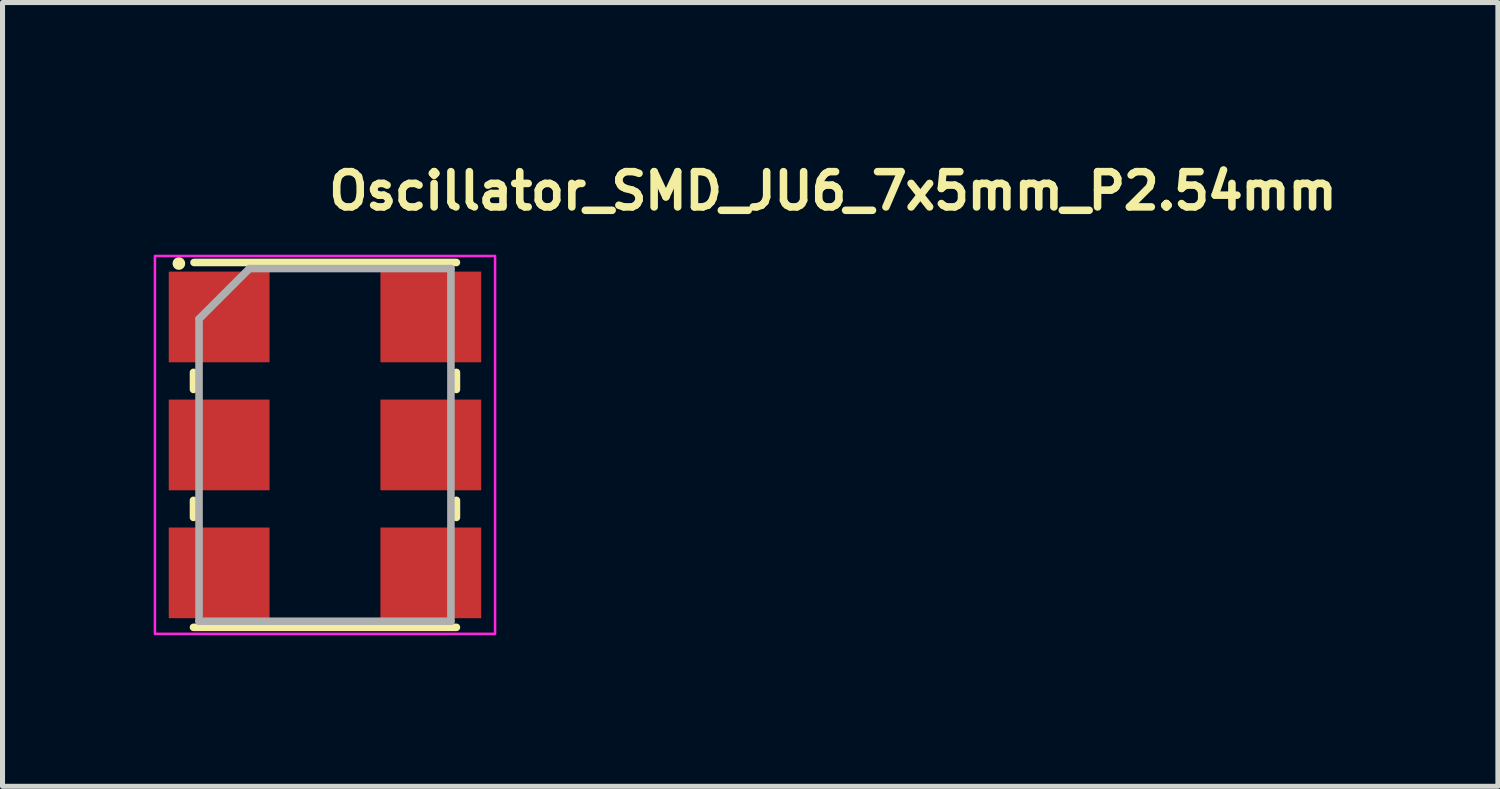
<source format=kicad_pcb>
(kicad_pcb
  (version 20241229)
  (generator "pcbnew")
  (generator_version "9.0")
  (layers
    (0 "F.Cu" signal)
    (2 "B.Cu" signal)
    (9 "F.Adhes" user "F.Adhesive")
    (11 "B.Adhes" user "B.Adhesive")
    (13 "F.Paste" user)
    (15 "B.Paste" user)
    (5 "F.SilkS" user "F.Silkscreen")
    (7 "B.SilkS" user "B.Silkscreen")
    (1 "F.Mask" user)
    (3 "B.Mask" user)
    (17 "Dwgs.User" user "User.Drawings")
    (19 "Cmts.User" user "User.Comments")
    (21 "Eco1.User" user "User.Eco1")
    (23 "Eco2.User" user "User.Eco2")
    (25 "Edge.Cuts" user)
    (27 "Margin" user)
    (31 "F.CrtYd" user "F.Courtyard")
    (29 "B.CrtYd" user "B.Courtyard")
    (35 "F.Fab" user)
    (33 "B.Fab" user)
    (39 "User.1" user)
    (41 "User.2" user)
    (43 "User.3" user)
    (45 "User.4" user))
  (footprint "Oscillator_SMD_JU6_7x5mm_P2.54mm"
    (layer "F.Cu")
    (at 3.4 5.78)
    (property "Reference" "Oscillator_SMD_JU6_7x5mm_P2.54mm" (at 0 -4.63 0) (layer "F.SilkS") (effects (font (size 0.7 0.7) (thickness 0.15)) (justify left bottom)))
    (attr smd)
    (fp_line (start -2.61 -1.101) (end -2.61 -1.44) (stroke (width 0.15) (type solid)) (layer "F.SilkS"))
    (fp_line (start -2.61 1.439) (end -2.61 1.1) (stroke (width 0.15) (type solid)) (layer "F.SilkS"))
    (fp_line (start -2.6 -3.621) (end 2.608 -3.621) (stroke (width 0.15) (type solid)) (layer "F.SilkS"))
    (fp_line (start 2.608 -1.44) (end 2.608 -1.101) (stroke (width 0.15) (type solid)) (layer "F.SilkS"))
    (fp_line (start 2.608 1.1) (end 2.608 1.439) (stroke (width 0.15) (type solid)) (layer "F.SilkS"))
    (fp_line (start 2.608 3.62) (end -2.61 3.62) (stroke (width 0.15) (type solid)) (layer "F.SilkS"))
    (fp_circle (center -2.9 -3.6) (end -2.85 -3.6) (stroke (width 0.15) (type solid)) (fill yes) (layer "F.SilkS"))
    (fp_rect (start -3.375 -3.75) (end 3.375 3.75) (stroke (width 0.05) (type solid)) (fill no) (layer "F.CrtYd"))
    (fp_line (start -2.5 -2.5) (end -2.5 3.499) (stroke (width 0.15) (type solid)) (layer "F.Fab"))
    (fp_line (start -2.5 3.499) (end 2.499 3.499) (stroke (width 0.15) (type solid)) (layer "F.Fab"))
    (fp_line (start -1.5 -3.5) (end -2.5 -2.5) (stroke (width 0.15) (type solid)) (layer "F.Fab"))
    (fp_line (start 2.499 -3.5) (end -1.5 -3.5) (stroke (width 0.15) (type solid)) (layer "F.Fab"))
    (fp_line (start 2.499 3.499) (end 2.499 -3.5) (stroke (width 0.15) (type solid)) (layer "F.Fab"))
    (fp_rect (start -2.5 -3.5) (end 2.499 3.499) (stroke (width 0.1) (type solid)) (fill no) (layer "User.5"))
    (fp_line (start -2.5 -3.23) (end -2.5 -3.215) (stroke (width 0.02) (type solid)) (layer "User.9"))
    (fp_line (start -2.5 -3.215) (end -2.5 -3.202) (stroke (width 0.02) (type solid)) (layer "User.9"))
    (fp_line (start -2.5 -3.202) (end -2.5 -2.84) (stroke (width 0.02) (type solid)) (layer "User.9"))
    (fp_line (start -2.5 -2.242) (end -2.5 -0.3) (stroke (width 0.02) (type solid)) (layer "User.9"))
    (fp_line (start -2.5 -2.242) (end -2.485 -2.242) (stroke (width 0.02) (type solid)) (layer "User.9"))
    (fp_line (start -2.5 0.298) (end -2.5 2.24) (stroke (width 0.02) (type solid)) (layer "User.9"))
    (fp_line (start -2.5 0.298) (end -2.481 0.298) (stroke (width 0.02) (type solid)) (layer "User.9"))
    (fp_line (start -2.5 2.838) (end -2.5 3.2) (stroke (width 0.02) (type solid)) (layer "User.9"))
    (fp_line (start -2.5 2.838) (end -2.485 2.838) (stroke (width 0.02) (type solid)) (layer "User.9"))
    (fp_line (start -2.5 3.2) (end -2.5 3.213) (stroke (width 0.02) (type solid)) (layer "User.9"))
    (fp_line (start -2.5 3.213) (end -2.5 3.229) (stroke (width 0.02) (type solid)) (layer "User.9"))
    (fp_line (start -2.5 3.229) (end -2.497 3.244) (stroke (width 0.02) (type solid)) (layer "User.9"))
    (fp_line (start -2.497 -3.246) (end -2.5 -3.23) (stroke (width 0.02) (type solid)) (layer "User.9"))
    (fp_line (start -2.497 3.244) (end -2.496 3.257) (stroke (width 0.02) (type solid)) (layer "User.9"))
    (fp_line (start -2.496 -3.259) (end -2.497 -3.246) (stroke (width 0.02) (type solid)) (layer "User.9"))
    (fp_line (start -2.496 3.257) (end -2.492 3.273) (stroke (width 0.02) (type solid)) (layer "User.9"))
    (fp_line (start -2.492 -3.274) (end -2.496 -3.259) (stroke (width 0.02) (type solid)) (layer "User.9"))
    (fp_line (start -2.492 3.273) (end -2.488 3.286) (stroke (width 0.02) (type solid)) (layer "User.9"))
    (fp_line (start -2.491 -0.3) (end -2.5 -0.3) (stroke (width 0.02) (type solid)) (layer "User.9"))
    (fp_line (start -2.488 -3.289) (end -2.492 -3.274) (stroke (width 0.02) (type solid)) (layer "User.9"))
    (fp_line (start -2.488 3.286) (end -2.484 3.301) (stroke (width 0.02) (type solid)) (layer "User.9"))
    (fp_line (start -2.485 -2.84) (end -2.5 -2.84) (stroke (width 0.02) (type solid)) (layer "User.9"))
    (fp_line (start -2.485 -2.242) (end -2.471 -2.242) (stroke (width 0.02) (type solid)) (layer "User.9"))
    (fp_line (start -2.485 2.24) (end -2.5 2.24) (stroke (width 0.02) (type solid)) (layer "User.9"))
    (fp_line (start -2.485 2.838) (end -2.471 2.838) (stroke (width 0.02) (type solid)) (layer "User.9"))
    (fp_line (start -2.484 -3.302) (end -2.488 -3.289) (stroke (width 0.02) (type solid)) (layer "User.9"))
    (fp_line (start -2.484 3.301) (end -2.479 3.313) (stroke (width 0.02) (type solid)) (layer "User.9"))
    (fp_line (start -2.481 -0.3) (end -2.491 -0.3) (stroke (width 0.02) (type solid)) (layer "User.9"))
    (fp_line (start -2.481 0.298) (end -2.461 0.296) (stroke (width 0.02) (type solid)) (layer "User.9"))
    (fp_line (start -2.479 -3.315) (end -2.484 -3.302) (stroke (width 0.02) (type solid)) (layer "User.9"))
    (fp_line (start -2.479 3.313) (end -2.472 3.328) (stroke (width 0.02) (type solid)) (layer "User.9"))
    (fp_line (start -2.472 -3.33) (end -2.479 -3.315) (stroke (width 0.02) (type solid)) (layer "User.9"))
    (fp_line (start -2.472 -0.299) (end -2.481 -0.3) (stroke (width 0.02) (type solid)) (layer "User.9"))
    (fp_line (start -2.472 3.328) (end -2.465 3.341) (stroke (width 0.02) (type solid)) (layer "User.9"))
    (fp_line (start -2.471 -2.839) (end -2.485 -2.84) (stroke (width 0.02) (type solid)) (layer "User.9"))
    (fp_line (start -2.471 -2.242) (end -2.456 -2.245) (stroke (width 0.02) (type solid)) (layer "User.9"))
    (fp_line (start -2.471 2.241) (end -2.485 2.24) (stroke (width 0.02) (type solid)) (layer "User.9"))
    (fp_line (start -2.471 2.838) (end -2.456 2.835) (stroke (width 0.02) (type solid)) (layer "User.9"))
    (fp_line (start -2.465 -3.343) (end -2.472 -3.33) (stroke (width 0.02) (type solid)) (layer "User.9"))
    (fp_line (start -2.465 3.341) (end -2.459 3.354) (stroke (width 0.02) (type solid)) (layer "User.9"))
    (fp_line (start -2.461 -0.298) (end -2.472 -0.299) (stroke (width 0.02) (type solid)) (layer "User.9"))
    (fp_line (start -2.461 0.296) (end -2.441 0.293) (stroke (width 0.02) (type solid)) (layer "User.9"))
    (fp_line (start -2.459 -3.355) (end -2.465 -3.343) (stroke (width 0.02) (type solid)) (layer "User.9"))
    (fp_line (start -2.459 3.354) (end -2.451 3.366) (stroke (width 0.02) (type solid)) (layer "User.9"))
    (fp_line (start -2.456 -2.838) (end -2.471 -2.839) (stroke (width 0.02) (type solid)) (layer "User.9"))
    (fp_line (start -2.456 -2.245) (end -2.44 -2.247) (stroke (width 0.02) (type solid)) (layer "User.9"))
    (fp_line (start -2.456 2.242) (end -2.471 2.241) (stroke (width 0.02) (type solid)) (layer "User.9"))
    (fp_line (start -2.456 2.835) (end -2.44 2.833) (stroke (width 0.02) (type solid)) (layer "User.9"))
    (fp_line (start -2.452 -0.296) (end -2.461 -0.298) (stroke (width 0.02) (type solid)) (layer "User.9"))
    (fp_line (start -2.451 -3.367) (end -2.459 -3.355) (stroke (width 0.02) (type solid)) (layer "User.9"))
    (fp_line (start -2.451 3.366) (end -2.443 3.378) (stroke (width 0.02) (type solid)) (layer "User.9"))
    (fp_line (start -2.443 -3.379) (end -2.451 -3.367) (stroke (width 0.02) (type solid)) (layer "User.9"))
    (fp_line (start -2.443 3.378) (end -2.433 3.39) (stroke (width 0.02) (type solid)) (layer "User.9"))
    (fp_line (start -2.441 -0.295) (end -2.452 -0.296) (stroke (width 0.02) (type solid)) (layer "User.9"))
    (fp_line (start -2.441 0.293) (end -2.423 0.288) (stroke (width 0.02) (type solid)) (layer "User.9"))
    (fp_line (start -2.44 -2.835) (end -2.456 -2.838) (stroke (width 0.02) (type solid)) (layer "User.9"))
    (fp_line (start -2.44 -2.247) (end -2.427 -2.25) (stroke (width 0.02) (type solid)) (layer "User.9"))
    (fp_line (start -2.44 2.245) (end -2.456 2.242) (stroke (width 0.02) (type solid)) (layer "User.9"))
    (fp_line (start -2.44 2.833) (end -2.427 2.83) (stroke (width 0.02) (type solid)) (layer "User.9"))
    (fp_line (start -2.433 -3.391) (end -2.443 -3.379) (stroke (width 0.02) (type solid)) (layer "User.9"))
    (fp_line (start -2.433 3.39) (end -2.423 3.401) (stroke (width 0.02) (type solid)) (layer "User.9"))
    (fp_line (start -2.432 -0.293) (end -2.441 -0.295) (stroke (width 0.02) (type solid)) (layer "User.9"))
    (fp_line (start -2.427 -2.831) (end -2.44 -2.835) (stroke (width 0.02) (type solid)) (layer "User.9"))
    (fp_line (start -2.427 -2.25) (end -2.411 -2.254) (stroke (width 0.02) (type solid)) (layer "User.9"))
    (fp_line (start -2.427 2.249) (end -2.44 2.245) (stroke (width 0.02) (type solid)) (layer "User.9"))
    (fp_line (start -2.427 2.83) (end -2.411 2.826) (stroke (width 0.02) (type solid)) (layer "User.9"))
    (fp_line (start -2.423 -3.403) (end -2.433 -3.391) (stroke (width 0.02) (type solid)) (layer "User.9"))
    (fp_line (start -2.423 -0.29) (end -2.432 -0.293) (stroke (width 0.02) (type solid)) (layer "User.9"))
    (fp_line (start -2.423 0.288) (end -2.404 0.283) (stroke (width 0.02) (type solid)) (layer "User.9"))
    (fp_line (start -2.423 3.401) (end -2.414 3.411) (stroke (width 0.02) (type solid)) (layer "User.9"))
    (fp_line (start -2.414 -3.414) (end -2.423 -3.403) (stroke (width 0.02) (type solid)) (layer "User.9"))
    (fp_line (start -2.414 -3.414) (end -2.414 -3.414) (stroke (width 0.02) (type solid)) (layer "User.9"))
    (fp_line (start -2.414 -0.288) (end -2.423 -0.29) (stroke (width 0.02) (type solid)) (layer "User.9"))
    (fp_line (start -2.414 3.411) (end -2.414 3.411) (stroke (width 0.02) (type solid)) (layer "User.9"))
    (fp_line (start -2.414 3.411) (end -2.403 3.422) (stroke (width 0.02) (type solid)) (layer "User.9"))
    (fp_line (start -2.411 -2.827) (end -2.427 -2.831) (stroke (width 0.02) (type solid)) (layer "User.9"))
    (fp_line (start -2.411 -2.254) (end -2.398 -2.259) (stroke (width 0.02) (type solid)) (layer "User.9"))
    (fp_line (start -2.411 2.253) (end -2.427 2.249) (stroke (width 0.02) (type solid)) (layer "User.9"))
    (fp_line (start -2.411 2.826) (end -2.398 2.821) (stroke (width 0.02) (type solid)) (layer "User.9"))
    (fp_line (start -2.404 -0.285) (end -2.414 -0.288) (stroke (width 0.02) (type solid)) (layer "User.9"))
    (fp_line (start -2.404 0.283) (end -2.386 0.277) (stroke (width 0.02) (type solid)) (layer "User.9"))
    (fp_line (start -2.403 -3.423) (end -2.414 -3.414) (stroke (width 0.02) (type solid)) (layer "User.9"))
    (fp_line (start -2.403 3.422) (end -2.391 3.431) (stroke (width 0.02) (type solid)) (layer "User.9"))
    (fp_line (start -2.398 -2.823) (end -2.411 -2.827) (stroke (width 0.02) (type solid)) (layer "User.9"))
    (fp_line (start -2.398 -2.259) (end -2.384 -2.265) (stroke (width 0.02) (type solid)) (layer "User.9"))
    (fp_line (start -2.398 2.257) (end -2.411 2.253) (stroke (width 0.02) (type solid)) (layer "User.9"))
    (fp_line (start -2.398 2.821) (end -2.384 2.815) (stroke (width 0.02) (type solid)) (layer "User.9"))
    (fp_line (start -2.395 -0.282) (end -2.404 -0.285) (stroke (width 0.02) (type solid)) (layer "User.9"))
    (fp_line (start -2.391 -3.434) (end -2.403 -3.423) (stroke (width 0.02) (type solid)) (layer "User.9"))
    (fp_line (start -2.391 3.431) (end -2.379 3.441) (stroke (width 0.02) (type solid)) (layer "User.9"))
    (fp_line (start -2.386 -0.279) (end -2.395 -0.282) (stroke (width 0.02) (type solid)) (layer "User.9"))
    (fp_line (start -2.386 0.277) (end -2.368 0.268) (stroke (width 0.02) (type solid)) (layer "User.9"))
    (fp_line (start -2.384 -2.818) (end -2.398 -2.823) (stroke (width 0.02) (type solid)) (layer "User.9"))
    (fp_line (start -2.384 -2.265) (end -2.371 -2.27) (stroke (width 0.02) (type solid)) (layer "User.9"))
    (fp_line (start -2.384 2.262) (end -2.398 2.257) (stroke (width 0.02) (type solid)) (layer "User.9"))
    (fp_line (start -2.384 2.815) (end -2.371 2.809) (stroke (width 0.02) (type solid)) (layer "User.9"))
    (fp_line (start -2.379 -3.443) (end -2.391 -3.434) (stroke (width 0.02) (type solid)) (layer "User.9"))
    (fp_line (start -2.379 3.441) (end -2.367 3.449) (stroke (width 0.02) (type solid)) (layer "User.9"))
    (fp_line (start -2.376 -0.275) (end -2.386 -0.279) (stroke (width 0.02) (type solid)) (layer "User.9"))
    (fp_line (start -2.371 -2.811) (end -2.384 -2.818) (stroke (width 0.02) (type solid)) (layer "User.9"))
    (fp_line (start -2.371 -2.27) (end -2.359 -2.278) (stroke (width 0.02) (type solid)) (layer "User.9"))
    (fp_line (start -2.371 2.269) (end -2.384 2.262) (stroke (width 0.02) (type solid)) (layer "User.9"))
    (fp_line (start -2.371 2.809) (end -2.359 2.802) (stroke (width 0.02) (type solid)) (layer "User.9"))
    (fp_line (start -2.368 -0.27) (end -2.376 -0.275) (stroke (width 0.02) (type solid)) (layer "User.9"))
    (fp_line (start -2.368 0.268) (end -2.351 0.259) (stroke (width 0.02) (type solid)) (layer "User.9"))
    (fp_line (start -2.367 -3.451) (end -2.379 -3.443) (stroke (width 0.02) (type solid)) (layer "User.9"))
    (fp_line (start -2.367 3.449) (end -2.355 3.456) (stroke (width 0.02) (type solid)) (layer "User.9"))
    (fp_line (start -2.359 -2.805) (end -2.371 -2.811) (stroke (width 0.02) (type solid)) (layer "User.9"))
    (fp_line (start -2.359 -2.278) (end -2.346 -2.285) (stroke (width 0.02) (type solid)) (layer "User.9"))
    (fp_line (start -2.359 -0.266) (end -2.368 -0.27) (stroke (width 0.02) (type solid)) (layer "User.9"))
    (fp_line (start -2.359 2.276) (end -2.371 2.269) (stroke (width 0.02) (type solid)) (layer "User.9"))
    (fp_line (start -2.359 2.802) (end -2.346 2.796) (stroke (width 0.02) (type solid)) (layer "User.9"))
    (fp_line (start -2.355 -3.459) (end -2.367 -3.451) (stroke (width 0.02) (type solid)) (layer "User.9"))
    (fp_line (start -2.355 3.456) (end -2.343 3.463) (stroke (width 0.02) (type solid)) (layer "User.9"))
    (fp_line (start -2.351 -0.261) (end -2.359 -0.266) (stroke (width 0.02) (type solid)) (layer "User.9"))
    (fp_line (start -2.351 0.259) (end -2.335 0.248) (stroke (width 0.02) (type solid)) (layer "User.9"))
    (fp_line (start -2.346 -2.798) (end -2.359 -2.805) (stroke (width 0.02) (type solid)) (layer "User.9"))
    (fp_line (start -2.346 -2.285) (end -2.334 -2.293) (stroke (width 0.02) (type solid)) (layer "User.9"))
    (fp_line (start -2.346 2.282) (end -2.359 2.276) (stroke (width 0.02) (type solid)) (layer "User.9"))
    (fp_line (start -2.346 2.796) (end -2.334 2.788) (stroke (width 0.02) (type solid)) (layer "User.9"))
    (fp_line (start -2.343 -3.465) (end -2.355 -3.459) (stroke (width 0.02) (type solid)) (layer "User.9"))
    (fp_line (start -2.343 -0.255) (end -2.351 -0.261) (stroke (width 0.02) (type solid)) (layer "User.9"))
    (fp_line (start -2.343 3.463) (end -2.33 3.471) (stroke (width 0.02) (type solid)) (layer "User.9"))
    (fp_line (start -2.335 -0.25) (end -2.343 -0.255) (stroke (width 0.02) (type solid)) (layer "User.9"))
    (fp_line (start -2.335 0.248) (end -2.319 0.238) (stroke (width 0.02) (type solid)) (layer "User.9"))
    (fp_line (start -2.334 -2.79) (end -2.346 -2.798) (stroke (width 0.02) (type solid)) (layer "User.9"))
    (fp_line (start -2.334 -2.293) (end -2.322 -2.301) (stroke (width 0.02) (type solid)) (layer "User.9"))
    (fp_line (start -2.334 2.29) (end -2.346 2.282) (stroke (width 0.02) (type solid)) (layer "User.9"))
    (fp_line (start -2.334 2.788) (end -2.322 2.78) (stroke (width 0.02) (type solid)) (layer "User.9"))
    (fp_line (start -2.33 -3.472) (end -2.343 -3.465) (stroke (width 0.02) (type solid)) (layer "User.9"))
    (fp_line (start -2.33 3.471) (end -2.315 3.476) (stroke (width 0.02) (type solid)) (layer "User.9"))
    (fp_line (start -2.327 -0.245) (end -2.335 -0.25) (stroke (width 0.02) (type solid)) (layer "User.9"))
    (fp_line (start -2.322 -2.782) (end -2.334 -2.79) (stroke (width 0.02) (type solid)) (layer "User.9"))
    (fp_line (start -2.322 -2.301) (end -2.311 -2.31) (stroke (width 0.02) (type solid)) (layer "User.9"))
    (fp_line (start -2.322 2.298) (end -2.334 2.29) (stroke (width 0.02) (type solid)) (layer "User.9"))
    (fp_line (start -2.322 2.78) (end -2.311 2.77) (stroke (width 0.02) (type solid)) (layer "User.9"))
    (fp_line (start -2.319 -0.24) (end -2.327 -0.245) (stroke (width 0.02) (type solid)) (layer "User.9"))
    (fp_line (start -2.319 0.238) (end -2.303 0.225) (stroke (width 0.02) (type solid)) (layer "User.9"))
    (fp_line (start -2.315 -3.479) (end -2.33 -3.472) (stroke (width 0.02) (type solid)) (layer "User.9"))
    (fp_line (start -2.315 3.476) (end -2.302 3.482) (stroke (width 0.02) (type solid)) (layer "User.9"))
    (fp_line (start -2.311 -2.773) (end -2.322 -2.782) (stroke (width 0.02) (type solid)) (layer "User.9"))
    (fp_line (start -2.311 -2.31) (end -2.299 -2.319) (stroke (width 0.02) (type solid)) (layer "User.9"))
    (fp_line (start -2.311 -0.234) (end -2.319 -0.24) (stroke (width 0.02) (type solid)) (layer "User.9"))
    (fp_line (start -2.311 2.307) (end -2.322 2.298) (stroke (width 0.02) (type solid)) (layer "User.9"))
    (fp_line (start -2.311 2.77) (end -2.299 2.761) (stroke (width 0.02) (type solid)) (layer "User.9"))
    (fp_line (start -2.303 -0.227) (end -2.311 -0.234) (stroke (width 0.02) (type solid)) (layer "User.9"))
    (fp_line (start -2.303 0.225) (end -2.29 0.211) (stroke (width 0.02) (type solid)) (layer "User.9"))
    (fp_line (start -2.302 -3.484) (end -2.315 -3.479) (stroke (width 0.02) (type solid)) (layer "User.9"))
    (fp_line (start -2.302 3.482) (end -2.289 3.487) (stroke (width 0.02) (type solid)) (layer "User.9"))
    (fp_line (start -2.299 -2.763) (end -2.311 -2.773) (stroke (width 0.02) (type solid)) (layer "User.9"))
    (fp_line (start -2.299 -2.319) (end -2.289 -2.328) (stroke (width 0.02) (type solid)) (layer "User.9"))
    (fp_line (start -2.299 2.317) (end -2.311 2.307) (stroke (width 0.02) (type solid)) (layer "User.9"))
    (fp_line (start -2.299 2.761) (end -2.289 2.752) (stroke (width 0.02) (type solid)) (layer "User.9"))
    (fp_line (start -2.297 -0.22) (end -2.303 -0.227) (stroke (width 0.02) (type solid)) (layer "User.9"))
    (fp_line (start -2.29 -0.213) (end -2.297 -0.22) (stroke (width 0.02) (type solid)) (layer "User.9"))
    (fp_line (start -2.29 0.211) (end -2.275 0.198) (stroke (width 0.02) (type solid)) (layer "User.9"))
    (fp_line (start -2.289 -3.488) (end -2.302 -3.484) (stroke (width 0.02) (type solid)) (layer "User.9"))
    (fp_line (start -2.289 -2.754) (end -2.299 -2.763) (stroke (width 0.02) (type solid)) (layer "User.9"))
    (fp_line (start -2.289 -2.328) (end -2.279 -2.339) (stroke (width 0.02) (type solid)) (layer "User.9"))
    (fp_line (start -2.289 2.326) (end -2.299 2.317) (stroke (width 0.02) (type solid)) (layer "User.9"))
    (fp_line (start -2.289 2.752) (end -2.279 2.741) (stroke (width 0.02) (type solid)) (layer "User.9"))
    (fp_line (start -2.289 3.487) (end -2.274 3.49) (stroke (width 0.02) (type solid)) (layer "User.9"))
    (fp_line (start -2.282 -0.207) (end -2.29 -0.213) (stroke (width 0.02) (type solid)) (layer "User.9"))
    (fp_line (start -2.279 -2.742) (end -2.289 -2.754) (stroke (width 0.02) (type solid)) (layer "User.9"))
    (fp_line (start -2.279 -2.339) (end -2.27 -2.351) (stroke (width 0.02) (type solid)) (layer "User.9"))
    (fp_line (start -2.279 2.338) (end -2.289 2.326) (stroke (width 0.02) (type solid)) (layer "User.9"))
    (fp_line (start -2.279 2.741) (end -2.27 2.729) (stroke (width 0.02) (type solid)) (layer "User.9"))
    (fp_line (start -2.275 -0.2) (end -2.282 -0.207) (stroke (width 0.02) (type solid)) (layer "User.9"))
    (fp_line (start -2.275 0.198) (end -2.263 0.182) (stroke (width 0.02) (type solid)) (layer "User.9"))
    (fp_line (start -2.274 -3.492) (end -2.289 -3.488) (stroke (width 0.02) (type solid)) (layer "User.9"))
    (fp_line (start -2.274 3.49) (end -2.259 3.494) (stroke (width 0.02) (type solid)) (layer "User.9"))
    (fp_line (start -2.27 -2.731) (end -2.279 -2.742) (stroke (width 0.02) (type solid)) (layer "User.9"))
    (fp_line (start -2.27 -2.351) (end -2.261 -2.362) (stroke (width 0.02) (type solid)) (layer "User.9"))
    (fp_line (start -2.27 -0.191) (end -2.275 -0.2) (stroke (width 0.02) (type solid)) (layer "User.9"))
    (fp_line (start -2.27 2.349) (end -2.279 2.338) (stroke (width 0.02) (type solid)) (layer "User.9"))
    (fp_line (start -2.27 2.729) (end -2.261 2.718) (stroke (width 0.02) (type solid)) (layer "User.9"))
    (fp_line (start -2.263 -0.184) (end -2.27 -0.191) (stroke (width 0.02) (type solid)) (layer "User.9"))
    (fp_line (start -2.263 0.182) (end -2.251 0.166) (stroke (width 0.02) (type solid)) (layer "User.9"))
    (fp_line (start -2.261 -2.721) (end -2.27 -2.731) (stroke (width 0.02) (type solid)) (layer "User.9"))
    (fp_line (start -2.261 -2.362) (end -2.253 -2.374) (stroke (width 0.02) (type solid)) (layer "User.9"))
    (fp_line (start -2.261 2.359) (end -2.27 2.349) (stroke (width 0.02) (type solid)) (layer "User.9"))
    (fp_line (start -2.261 2.718) (end -2.253 2.706) (stroke (width 0.02) (type solid)) (layer "User.9"))
    (fp_line (start -2.259 -3.496) (end -2.274 -3.492) (stroke (width 0.02) (type solid)) (layer "User.9"))
    (fp_line (start -2.259 3.494) (end -2.246 3.495) (stroke (width 0.02) (type solid)) (layer "User.9"))
    (fp_line (start -2.258 -0.176) (end -2.263 -0.184) (stroke (width 0.02) (type solid)) (layer "User.9"))
    (fp_line (start -2.253 -2.709) (end -2.261 -2.721) (stroke (width 0.02) (type solid)) (layer "User.9"))
    (fp_line (start -2.253 -2.374) (end -2.245 -2.386) (stroke (width 0.02) (type solid)) (layer "User.9"))
    (fp_line (start -2.253 2.371) (end -2.261 2.359) (stroke (width 0.02) (type solid)) (layer "User.9"))
    (fp_line (start -2.253 2.706) (end -2.245 2.694) (stroke (width 0.02) (type solid)) (layer "User.9"))
    (fp_line (start -2.251 -0.168) (end -2.258 -0.176) (stroke (width 0.02) (type solid)) (layer "User.9"))
    (fp_line (start -2.251 0.166) (end -2.242 0.148) (stroke (width 0.02) (type solid)) (layer "User.9"))
    (fp_line (start -2.246 -3.497) (end -2.259 -3.496) (stroke (width 0.02) (type solid)) (layer "User.9"))
    (fp_line (start -2.246 -0.159) (end -2.251 -0.168) (stroke (width 0.02) (type solid)) (layer "User.9"))
    (fp_line (start -2.246 3.495) (end -2.23 3.498) (stroke (width 0.02) (type solid)) (layer "User.9"))
    (fp_line (start -2.245 -2.697) (end -2.253 -2.709) (stroke (width 0.02) (type solid)) (layer "User.9"))
    (fp_line (start -2.245 -2.386) (end -2.238 -2.399) (stroke (width 0.02) (type solid)) (layer "User.9"))
    (fp_line (start -2.245 2.383) (end -2.253 2.371) (stroke (width 0.02) (type solid)) (layer "User.9"))
    (fp_line (start -2.245 2.694) (end -2.238 2.681) (stroke (width 0.02) (type solid)) (layer "User.9"))
    (fp_line (start -2.242 -0.15) (end -2.246 -0.159) (stroke (width 0.02) (type solid)) (layer "User.9"))
    (fp_line (start -2.242 -0.15) (end -2.242 -0.15) (stroke (width 0.02) (type solid)) (layer "User.9"))
    (fp_line (start -2.242 0.148) (end -2.242 0.148) (stroke (width 0.02) (type solid)) (layer "User.9"))
    (fp_line (start -2.242 0.148) (end -2.231 0.132) (stroke (width 0.02) (type solid)) (layer "User.9"))
    (fp_line (start -2.238 -2.684) (end -2.245 -2.697) (stroke (width 0.02) (type solid)) (layer "User.9"))
    (fp_line (start -2.238 -2.399) (end -2.23 -2.411) (stroke (width 0.02) (type solid)) (layer "User.9"))
    (fp_line (start -2.238 2.397) (end -2.245 2.383) (stroke (width 0.02) (type solid)) (layer "User.9"))
    (fp_line (start -2.238 2.681) (end -2.23 2.669) (stroke (width 0.02) (type solid)) (layer "User.9"))
    (fp_line (start -2.231 -0.134) (end -2.242 -0.15) (stroke (width 0.02) (type solid)) (layer "User.9"))
    (fp_line (start -2.231 0.132) (end -2.223 0.114) (stroke (width 0.02) (type solid)) (layer "User.9"))
    (fp_line (start -2.23 -3.5) (end -2.246 -3.497) (stroke (width 0.02) (type solid)) (layer "User.9"))
    (fp_line (start -2.23 -2.672) (end -2.238 -2.684) (stroke (width 0.02) (type solid)) (layer "User.9"))
    (fp_line (start -2.23 -2.411) (end -2.225 -2.424) (stroke (width 0.02) (type solid)) (layer "User.9"))
    (fp_line (start -2.23 2.409) (end -2.238 2.397) (stroke (width 0.02) (type solid)) (layer "User.9"))
    (fp_line (start -2.23 2.669) (end -2.225 2.656) (stroke (width 0.02) (type solid)) (layer "User.9"))
    (fp_line (start -2.23 3.498) (end -2.215 3.499) (stroke (width 0.02) (type solid)) (layer "User.9"))
    (fp_line (start -2.225 -2.657) (end -2.23 -2.672) (stroke (width 0.02) (type solid)) (layer "User.9"))
    (fp_line (start -2.225 -2.424) (end -2.219 -2.437) (stroke (width 0.02) (type solid)) (layer "User.9"))
    (fp_line (start -2.225 2.422) (end -2.23 2.409) (stroke (width 0.02) (type solid)) (layer "User.9"))
    (fp_line (start -2.225 2.656) (end -2.219 2.643) (stroke (width 0.02) (type solid)) (layer "User.9"))
    (fp_line (start -2.223 -0.116) (end -2.231 -0.134) (stroke (width 0.02) (type solid)) (layer "User.9"))
    (fp_line (start -2.223 0.114) (end -2.217 0.094) (stroke (width 0.02) (type solid)) (layer "User.9"))
    (fp_line (start -2.219 -2.645) (end -2.225 -2.657) (stroke (width 0.02) (type solid)) (layer "User.9"))
    (fp_line (start -2.219 -2.437) (end -2.214 -2.452) (stroke (width 0.02) (type solid)) (layer "User.9"))
    (fp_line (start -2.219 2.435) (end -2.225 2.422) (stroke (width 0.02) (type solid)) (layer "User.9"))
    (fp_line (start -2.219 2.643) (end -2.214 2.628) (stroke (width 0.02) (type solid)) (layer "User.9"))
    (fp_line (start -2.217 -0.096) (end -2.223 -0.116) (stroke (width 0.02) (type solid)) (layer "User.9"))
    (fp_line (start -2.217 0.094) (end -2.211 0.076) (stroke (width 0.02) (type solid)) (layer "User.9"))
    (fp_line (start -2.215 -3.5) (end -2.23 -3.5) (stroke (width 0.02) (type solid)) (layer "User.9"))
    (fp_line (start -2.215 3.499) (end -2.202 3.499) (stroke (width 0.02) (type solid)) (layer "User.9"))
    (fp_line (start -2.214 -2.63) (end -2.219 -2.645) (stroke (width 0.02) (type solid)) (layer "User.9"))
    (fp_line (start -2.214 -2.452) (end -2.21 -2.467) (stroke (width 0.02) (type solid)) (layer "User.9"))
    (fp_line (start -2.214 2.45) (end -2.219 2.435) (stroke (width 0.02) (type solid)) (layer "User.9"))
    (fp_line (start -2.214 2.628) (end -2.21 2.613) (stroke (width 0.02) (type solid)) (layer "User.9"))
    (fp_line (start -2.211 -0.078) (end -2.217 -0.096) (stroke (width 0.02) (type solid)) (layer "User.9"))
    (fp_line (start -2.211 0.076) (end -2.206 0.057) (stroke (width 0.02) (type solid)) (layer "User.9"))
    (fp_line (start -2.21 -2.616) (end -2.214 -2.63) (stroke (width 0.02) (type solid)) (layer "User.9"))
    (fp_line (start -2.21 -2.467) (end -2.207 -2.48) (stroke (width 0.02) (type solid)) (layer "User.9"))
    (fp_line (start -2.21 2.464) (end -2.214 2.45) (stroke (width 0.02) (type solid)) (layer "User.9"))
    (fp_line (start -2.21 2.613) (end -2.207 2.6) (stroke (width 0.02) (type solid)) (layer "User.9"))
    (fp_line (start -2.207 -2.601) (end -2.21 -2.616) (stroke (width 0.02) (type solid)) (layer "User.9"))
    (fp_line (start -2.207 -2.48) (end -2.205 -2.496) (stroke (width 0.02) (type solid)) (layer "User.9"))
    (fp_line (start -2.207 2.479) (end -2.21 2.464) (stroke (width 0.02) (type solid)) (layer "User.9"))
    (fp_line (start -2.207 2.6) (end -2.205 2.584) (stroke (width 0.02) (type solid)) (layer "User.9"))
    (fp_line (start -2.206 -0.059) (end -2.211 -0.078) (stroke (width 0.02) (type solid)) (layer "User.9"))
    (fp_line (start -2.206 0.057) (end -2.203 0.037) (stroke (width 0.02) (type solid)) (layer "User.9"))
    (fp_line (start -2.205 -2.586) (end -2.207 -2.601) (stroke (width 0.02) (type solid)) (layer "User.9"))
    (fp_line (start -2.205 -2.496) (end -2.202 -2.511) (stroke (width 0.02) (type solid)) (layer "User.9"))
    (fp_line (start -2.205 2.494) (end -2.207 2.479) (stroke (width 0.02) (type solid)) (layer "User.9"))
    (fp_line (start -2.205 2.584) (end -2.202 2.569) (stroke (width 0.02) (type solid)) (layer "User.9"))
    (fp_line (start -2.203 -0.039) (end -2.206 -0.059) (stroke (width 0.02) (type solid)) (layer "User.9"))
    (fp_line (start -2.203 0.037) (end -2.202 0.018) (stroke (width 0.02) (type solid)) (layer "User.9"))
    (fp_line (start -2.202 -3.5) (end -2.215 -3.5) (stroke (width 0.02) (type solid)) (layer "User.9"))
    (fp_line (start -2.202 -3.202) (end -2.202 3.2) (stroke (width 0.02) (type solid)) (layer "User.9"))
    (fp_line (start -2.202 -2.572) (end -2.205 -2.586) (stroke (width 0.02) (type solid)) (layer "User.9"))
    (fp_line (start -2.202 -2.556) (end -2.202 -2.572) (stroke (width 0.02) (type solid)) (layer "User.9"))
    (fp_line (start -2.202 -2.54) (end -2.202 -2.556) (stroke (width 0.02) (type solid)) (layer "User.9"))
    (fp_line (start -2.202 -2.54) (end -2.202 -2.54) (stroke (width 0.02) (type solid)) (layer "User.9"))
    (fp_line (start -2.202 -2.525) (end -2.202 -2.54) (stroke (width 0.02) (type solid)) (layer "User.9"))
    (fp_line (start -2.202 -2.511) (end -2.202 -2.525) (stroke (width 0.02) (type solid)) (layer "User.9"))
    (fp_line (start -2.202 -0.02) (end -2.203 -0.039) (stroke (width 0.02) (type solid)) (layer "User.9"))
    (fp_line (start -2.202 0) (end -2.202 -0.02) (stroke (width 0.02) (type solid)) (layer "User.9"))
    (fp_line (start -2.202 0.018) (end -2.202 0) (stroke (width 0.02) (type solid)) (layer "User.9"))
    (fp_line (start -2.202 2.508) (end -2.205 2.494) (stroke (width 0.02) (type solid)) (layer "User.9"))
    (fp_line (start -2.202 2.523) (end -2.202 2.508) (stroke (width 0.02) (type solid)) (layer "User.9"))
    (fp_line (start -2.202 2.539) (end -2.202 2.523) (stroke (width 0.02) (type solid)) (layer "User.9"))
    (fp_line (start -2.202 2.539) (end -2.202 2.539) (stroke (width 0.02) (type solid)) (layer "User.9"))
    (fp_line (start -2.202 2.555) (end -2.202 2.539) (stroke (width 0.02) (type solid)) (layer "User.9"))
    (fp_line (start -2.202 2.569) (end -2.202 2.555) (stroke (width 0.02) (type solid)) (layer "User.9"))
    (fp_line (start -2.202 3.2) (end 2.2 3.2) (stroke (width 0.02) (type solid)) (layer "User.9"))
    (fp_line (start -2.202 3.499) (end -1.2 3.499) (stroke (width 0.02) (type solid)) (layer "User.9"))
    (fp_line (start -2.182 -3.181) (end -2.182 3.18) (stroke (width 0.02) (type solid)) (layer "User.9"))
    (fp_line (start -2.182 -3.181) (end -2.182 3.18) (stroke (width 0.02) (type solid)) (layer "User.9"))
    (fp_line (start -2.182 3.18) (end 2.18 3.18) (stroke (width 0.02) (type solid)) (layer "User.9"))
    (fp_line (start -2.182 3.18) (end 2.18 3.18) (stroke (width 0.02) (type solid)) (layer "User.9"))
    (fp_line (start -1.801 -2.556) (end -1.801 -2.541) (stroke (width 0.02) (type solid)) (layer "User.9"))
    (fp_line (start -1.801 -2.556) (end -1.801 -2.541) (stroke (width 0.02) (type solid)) (layer "User.9"))
    (fp_line (start -1.801 -2.541) (end -1.801 -2.541) (stroke (width 0.02) (type solid)) (layer "User.9"))
    (fp_line (start -1.801 -2.541) (end -1.801 -2.541) (stroke (width 0.02) (type solid)) (layer "User.9"))
    (fp_line (start -1.801 -2.541) (end -1.801 -2.525) (stroke (width 0.02) (type solid)) (layer "User.9"))
    (fp_line (start -1.801 -2.541) (end -1.801 -2.525) (stroke (width 0.02) (type solid)) (layer "User.9"))
    (fp_line (start -1.801 -2.525) (end -1.799 -2.511) (stroke (width 0.02) (type solid)) (layer "User.9"))
    (fp_line (start -1.801 -2.525) (end -1.799 -2.511) (stroke (width 0.02) (type solid)) (layer "User.9"))
    (fp_line (start -1.799 -2.572) (end -1.801 -2.556) (stroke (width 0.02) (type solid)) (layer "User.9"))
    (fp_line (start -1.799 -2.572) (end -1.801 -2.556) (stroke (width 0.02) (type solid)) (layer "User.9"))
    (fp_line (start -1.799 -2.511) (end -1.797 -2.496) (stroke (width 0.02) (type solid)) (layer "User.9"))
    (fp_line (start -1.799 -2.511) (end -1.797 -2.496) (stroke (width 0.02) (type solid)) (layer "User.9"))
    (fp_line (start -1.797 -2.586) (end -1.799 -2.572) (stroke (width 0.02) (type solid)) (layer "User.9"))
    (fp_line (start -1.797 -2.586) (end -1.799 -2.572) (stroke (width 0.02) (type solid)) (layer "User.9"))
    (fp_line (start -1.797 -2.496) (end -1.795 -2.48) (stroke (width 0.02) (type solid)) (layer "User.9"))
    (fp_line (start -1.797 -2.496) (end -1.795 -2.48) (stroke (width 0.02) (type solid)) (layer "User.9"))
    (fp_line (start -1.795 -2.601) (end -1.797 -2.586) (stroke (width 0.02) (type solid)) (layer "User.9"))
    (fp_line (start -1.795 -2.601) (end -1.797 -2.586) (stroke (width 0.02) (type solid)) (layer "User.9"))
    (fp_line (start -1.795 -2.48) (end -1.792 -2.467) (stroke (width 0.02) (type solid)) (layer "User.9"))
    (fp_line (start -1.795 -2.48) (end -1.792 -2.467) (stroke (width 0.02) (type solid)) (layer "User.9"))
    (fp_line (start -1.792 -2.616) (end -1.795 -2.601) (stroke (width 0.02) (type solid)) (layer "User.9"))
    (fp_line (start -1.792 -2.616) (end -1.795 -2.601) (stroke (width 0.02) (type solid)) (layer "User.9"))
    (fp_line (start -1.792 -2.467) (end -1.788 -2.452) (stroke (width 0.02) (type solid)) (layer "User.9"))
    (fp_line (start -1.792 -2.467) (end -1.788 -2.452) (stroke (width 0.02) (type solid)) (layer "User.9"))
    (fp_line (start -1.788 -2.63) (end -1.792 -2.616) (stroke (width 0.02) (type solid)) (layer "User.9"))
    (fp_line (start -1.788 -2.63) (end -1.792 -2.616) (stroke (width 0.02) (type solid)) (layer "User.9"))
    (fp_line (start -1.788 -2.452) (end -1.782 -2.437) (stroke (width 0.02) (type solid)) (layer "User.9"))
    (fp_line (start -1.788 -2.452) (end -1.782 -2.437) (stroke (width 0.02) (type solid)) (layer "User.9"))
    (fp_line (start -1.782 -2.645) (end -1.788 -2.63) (stroke (width 0.02) (type solid)) (layer "User.9"))
    (fp_line (start -1.782 -2.645) (end -1.788 -2.63) (stroke (width 0.02) (type solid)) (layer "User.9"))
    (fp_line (start -1.782 -2.437) (end -1.778 -2.424) (stroke (width 0.02) (type solid)) (layer "User.9"))
    (fp_line (start -1.782 -2.437) (end -1.778 -2.424) (stroke (width 0.02) (type solid)) (layer "User.9"))
    (fp_line (start -1.778 -2.657) (end -1.782 -2.645) (stroke (width 0.02) (type solid)) (layer "User.9"))
    (fp_line (start -1.778 -2.657) (end -1.782 -2.645) (stroke (width 0.02) (type solid)) (layer "User.9"))
    (fp_line (start -1.778 -2.424) (end -1.772 -2.411) (stroke (width 0.02) (type solid)) (layer "User.9"))
    (fp_line (start -1.778 -2.424) (end -1.772 -2.411) (stroke (width 0.02) (type solid)) (layer "User.9"))
    (fp_line (start -1.772 -2.672) (end -1.778 -2.657) (stroke (width 0.02) (type solid)) (layer "User.9"))
    (fp_line (start -1.772 -2.672) (end -1.778 -2.657) (stroke (width 0.02) (type solid)) (layer "User.9"))
    (fp_line (start -1.772 -2.411) (end -1.764 -2.399) (stroke (width 0.02) (type solid)) (layer "User.9"))
    (fp_line (start -1.772 -2.411) (end -1.764 -2.399) (stroke (width 0.02) (type solid)) (layer "User.9"))
    (fp_line (start -1.764 -2.684) (end -1.772 -2.672) (stroke (width 0.02) (type solid)) (layer "User.9"))
    (fp_line (start -1.764 -2.684) (end -1.772 -2.672) (stroke (width 0.02) (type solid)) (layer "User.9"))
    (fp_line (start -1.764 -2.399) (end -1.758 -2.386) (stroke (width 0.02) (type solid)) (layer "User.9"))
    (fp_line (start -1.764 -2.399) (end -1.758 -2.386) (stroke (width 0.02) (type solid)) (layer "User.9"))
    (fp_line (start -1.758 -2.697) (end -1.764 -2.684) (stroke (width 0.02) (type solid)) (layer "User.9"))
    (fp_line (start -1.758 -2.697) (end -1.764 -2.684) (stroke (width 0.02) (type solid)) (layer "User.9"))
    (fp_line (start -1.758 -2.386) (end -1.75 -2.374) (stroke (width 0.02) (type solid)) (layer "User.9"))
    (fp_line (start -1.758 -2.386) (end -1.75 -2.374) (stroke (width 0.02) (type solid)) (layer "User.9"))
    (fp_line (start -1.75 -2.709) (end -1.758 -2.697) (stroke (width 0.02) (type solid)) (layer "User.9"))
    (fp_line (start -1.75 -2.709) (end -1.758 -2.697) (stroke (width 0.02) (type solid)) (layer "User.9"))
    (fp_line (start -1.75 -2.374) (end -1.742 -2.362) (stroke (width 0.02) (type solid)) (layer "User.9"))
    (fp_line (start -1.75 -2.374) (end -1.742 -2.362) (stroke (width 0.02) (type solid)) (layer "User.9"))
    (fp_line (start -1.742 -2.721) (end -1.75 -2.709) (stroke (width 0.02) (type solid)) (layer "User.9"))
    (fp_line (start -1.742 -2.721) (end -1.75 -2.709) (stroke (width 0.02) (type solid)) (layer "User.9"))
    (fp_line (start -1.742 -2.362) (end -1.732 -2.351) (stroke (width 0.02) (type solid)) (layer "User.9"))
    (fp_line (start -1.742 -2.362) (end -1.732 -2.351) (stroke (width 0.02) (type solid)) (layer "User.9"))
    (fp_line (start -1.732 -2.731) (end -1.742 -2.721) (stroke (width 0.02) (type solid)) (layer "User.9"))
    (fp_line (start -1.732 -2.731) (end -1.742 -2.721) (stroke (width 0.02) (type solid)) (layer "User.9"))
    (fp_line (start -1.732 -2.351) (end -1.722 -2.339) (stroke (width 0.02) (type solid)) (layer "User.9"))
    (fp_line (start -1.732 -2.351) (end -1.722 -2.339) (stroke (width 0.02) (type solid)) (layer "User.9"))
    (fp_line (start -1.722 -2.742) (end -1.732 -2.731) (stroke (width 0.02) (type solid)) (layer "User.9"))
    (fp_line (start -1.722 -2.742) (end -1.732 -2.731) (stroke (width 0.02) (type solid)) (layer "User.9"))
    (fp_line (start -1.722 -2.339) (end -1.714 -2.328) (stroke (width 0.02) (type solid)) (layer "User.9"))
    (fp_line (start -1.722 -2.339) (end -1.714 -2.328) (stroke (width 0.02) (type solid)) (layer "User.9"))
    (fp_line (start -1.714 -2.754) (end -1.722 -2.742) (stroke (width 0.02) (type solid)) (layer "User.9"))
    (fp_line (start -1.714 -2.754) (end -1.722 -2.742) (stroke (width 0.02) (type solid)) (layer "User.9"))
    (fp_line (start -1.714 -2.328) (end -1.702 -2.319) (stroke (width 0.02) (type solid)) (layer "User.9"))
    (fp_line (start -1.714 -2.328) (end -1.702 -2.319) (stroke (width 0.02) (type solid)) (layer "User.9"))
    (fp_line (start -1.702 -2.763) (end -1.714 -2.754) (stroke (width 0.02) (type solid)) (layer "User.9"))
    (fp_line (start -1.702 -2.763) (end -1.714 -2.754) (stroke (width 0.02) (type solid)) (layer "User.9"))
    (fp_line (start -1.702 -2.319) (end -1.692 -2.31) (stroke (width 0.02) (type solid)) (layer "User.9"))
    (fp_line (start -1.702 -2.319) (end -1.692 -2.31) (stroke (width 0.02) (type solid)) (layer "User.9"))
    (fp_line (start -1.692 -2.773) (end -1.702 -2.763) (stroke (width 0.02) (type solid)) (layer "User.9"))
    (fp_line (start -1.692 -2.773) (end -1.702 -2.763) (stroke (width 0.02) (type solid)) (layer "User.9"))
    (fp_line (start -1.692 -2.31) (end -1.68 -2.301) (stroke (width 0.02) (type solid)) (layer "User.9"))
    (fp_line (start -1.692 -2.31) (end -1.68 -2.301) (stroke (width 0.02) (type solid)) (layer "User.9"))
    (fp_line (start -1.68 -2.782) (end -1.692 -2.773) (stroke (width 0.02) (type solid)) (layer "User.9"))
    (fp_line (start -1.68 -2.782) (end -1.692 -2.773) (stroke (width 0.02) (type solid)) (layer "User.9"))
    (fp_line (start -1.68 -2.301) (end -1.668 -2.293) (stroke (width 0.02) (type solid)) (layer "User.9"))
    (fp_line (start -1.68 -2.301) (end -1.668 -2.293) (stroke (width 0.02) (type solid)) (layer "User.9"))
    (fp_line (start -1.668 -2.79) (end -1.68 -2.782) (stroke (width 0.02) (type solid)) (layer "User.9"))
    (fp_line (start -1.668 -2.79) (end -1.68 -2.782) (stroke (width 0.02) (type solid)) (layer "User.9"))
    (fp_line (start -1.668 -2.293) (end -1.657 -2.285) (stroke (width 0.02) (type solid)) (layer "User.9"))
    (fp_line (start -1.668 -2.293) (end -1.657 -2.285) (stroke (width 0.02) (type solid)) (layer "User.9"))
    (fp_line (start -1.657 -2.798) (end -1.668 -2.79) (stroke (width 0.02) (type solid)) (layer "User.9"))
    (fp_line (start -1.657 -2.798) (end -1.668 -2.79) (stroke (width 0.02) (type solid)) (layer "User.9"))
    (fp_line (start -1.657 -2.285) (end -1.643 -2.278) (stroke (width 0.02) (type solid)) (layer "User.9"))
    (fp_line (start -1.657 -2.285) (end -1.643 -2.278) (stroke (width 0.02) (type solid)) (layer "User.9"))
    (fp_line (start -1.643 -2.805) (end -1.657 -2.798) (stroke (width 0.02) (type solid)) (layer "User.9"))
    (fp_line (start -1.643 -2.805) (end -1.657 -2.798) (stroke (width 0.02) (type solid)) (layer "User.9"))
    (fp_line (start -1.643 -2.278) (end -1.631 -2.27) (stroke (width 0.02) (type solid)) (layer "User.9"))
    (fp_line (start -1.643 -2.278) (end -1.631 -2.27) (stroke (width 0.02) (type solid)) (layer "User.9"))
    (fp_line (start -1.631 -2.811) (end -1.643 -2.805) (stroke (width 0.02) (type solid)) (layer "User.9"))
    (fp_line (start -1.631 -2.811) (end -1.643 -2.805) (stroke (width 0.02) (type solid)) (layer "User.9"))
    (fp_line (start -1.631 -2.27) (end -1.617 -2.265) (stroke (width 0.02) (type solid)) (layer "User.9"))
    (fp_line (start -1.631 -2.27) (end -1.617 -2.265) (stroke (width 0.02) (type solid)) (layer "User.9"))
    (fp_line (start -1.617 -2.818) (end -1.631 -2.811) (stroke (width 0.02) (type solid)) (layer "User.9"))
    (fp_line (start -1.617 -2.818) (end -1.631 -2.811) (stroke (width 0.02) (type solid)) (layer "User.9"))
    (fp_line (start -1.617 -2.265) (end -1.605 -2.259) (stroke (width 0.02) (type solid)) (layer "User.9"))
    (fp_line (start -1.617 -2.265) (end -1.605 -2.259) (stroke (width 0.02) (type solid)) (layer "User.9"))
    (fp_line (start -1.605 -2.823) (end -1.617 -2.818) (stroke (width 0.02) (type solid)) (layer "User.9"))
    (fp_line (start -1.605 -2.823) (end -1.617 -2.818) (stroke (width 0.02) (type solid)) (layer "User.9"))
    (fp_line (start -1.605 -2.259) (end -1.591 -2.254) (stroke (width 0.02) (type solid)) (layer "User.9"))
    (fp_line (start -1.605 -2.259) (end -1.591 -2.254) (stroke (width 0.02) (type solid)) (layer "User.9"))
    (fp_line (start -1.591 -2.827) (end -1.605 -2.823) (stroke (width 0.02) (type solid)) (layer "User.9"))
    (fp_line (start -1.591 -2.827) (end -1.605 -2.823) (stroke (width 0.02) (type solid)) (layer "User.9"))
    (fp_line (start -1.591 -2.254) (end -1.575 -2.25) (stroke (width 0.02) (type solid)) (layer "User.9"))
    (fp_line (start -1.591 -2.254) (end -1.575 -2.25) (stroke (width 0.02) (type solid)) (layer "User.9"))
    (fp_line (start -1.575 -2.831) (end -1.591 -2.827) (stroke (width 0.02) (type solid)) (layer "User.9"))
    (fp_line (start -1.575 -2.831) (end -1.591 -2.827) (stroke (width 0.02) (type solid)) (layer "User.9"))
    (fp_line (start -1.575 -2.25) (end -1.561 -2.247) (stroke (width 0.02) (type solid)) (layer "User.9"))
    (fp_line (start -1.575 -2.25) (end -1.561 -2.247) (stroke (width 0.02) (type solid)) (layer "User.9"))
    (fp_line (start -1.561 -2.835) (end -1.575 -2.831) (stroke (width 0.02) (type solid)) (layer "User.9"))
    (fp_line (start -1.561 -2.835) (end -1.575 -2.831) (stroke (width 0.02) (type solid)) (layer "User.9"))
    (fp_line (start -1.561 -2.247) (end -1.547 -2.245) (stroke (width 0.02) (type solid)) (layer "User.9"))
    (fp_line (start -1.561 -2.247) (end -1.547 -2.245) (stroke (width 0.02) (type solid)) (layer "User.9"))
    (fp_line (start -1.547 -2.838) (end -1.561 -2.835) (stroke (width 0.02) (type solid)) (layer "User.9"))
    (fp_line (start -1.547 -2.838) (end -1.561 -2.835) (stroke (width 0.02) (type solid)) (layer "User.9"))
    (fp_line (start -1.547 -2.245) (end -1.532 -2.242) (stroke (width 0.02) (type solid)) (layer "User.9"))
    (fp_line (start -1.547 -2.245) (end -1.532 -2.242) (stroke (width 0.02) (type solid)) (layer "User.9"))
    (fp_line (start -1.532 -2.839) (end -1.547 -2.838) (stroke (width 0.02) (type solid)) (layer "User.9"))
    (fp_line (start -1.532 -2.839) (end -1.547 -2.838) (stroke (width 0.02) (type solid)) (layer "User.9"))
    (fp_line (start -1.532 -2.242) (end -1.516 -2.242) (stroke (width 0.02) (type solid)) (layer "User.9"))
    (fp_line (start -1.532 -2.242) (end -1.516 -2.242) (stroke (width 0.02) (type solid)) (layer "User.9"))
    (fp_line (start -1.516 -2.84) (end -1.532 -2.839) (stroke (width 0.02) (type solid)) (layer "User.9"))
    (fp_line (start -1.516 -2.84) (end -1.532 -2.839) (stroke (width 0.02) (type solid)) (layer "User.9"))
    (fp_line (start -1.516 -2.242) (end -1.502 -2.242) (stroke (width 0.02) (type solid)) (layer "User.9"))
    (fp_line (start -1.516 -2.242) (end -1.502 -2.242) (stroke (width 0.02) (type solid)) (layer "User.9"))
    (fp_line (start -1.5 -2.84) (end -1.516 -2.84) (stroke (width 0.02) (type solid)) (layer "User.9"))
    (fp_line (start -1.5 -2.84) (end -1.516 -2.84) (stroke (width 0.02) (type solid)) (layer "User.9"))
    (fp_line (start -1.5 -2.242) (end -1.486 -2.242) (stroke (width 0.02) (type solid)) (layer "User.9"))
    (fp_line (start -1.5 -2.242) (end -1.486 -2.242) (stroke (width 0.02) (type solid)) (layer "User.9"))
    (fp_line (start -1.486 -2.84) (end -1.5 -2.84) (stroke (width 0.02) (type solid)) (layer "User.9"))
    (fp_line (start -1.486 -2.84) (end -1.5 -2.84) (stroke (width 0.02) (type solid)) (layer "User.9"))
    (fp_line (start -1.486 -2.242) (end -1.47 -2.242) (stroke (width 0.02) (type solid)) (layer "User.9"))
    (fp_line (start -1.486 -2.242) (end -1.47 -2.242) (stroke (width 0.02) (type solid)) (layer "User.9"))
    (fp_line (start -1.47 -2.839) (end -1.486 -2.84) (stroke (width 0.02) (type solid)) (layer "User.9"))
    (fp_line (start -1.47 -2.839) (end -1.486 -2.84) (stroke (width 0.02) (type solid)) (layer "User.9"))
    (fp_line (start -1.47 -2.242) (end -1.456 -2.245) (stroke (width 0.02) (type solid)) (layer "User.9"))
    (fp_line (start -1.47 -2.242) (end -1.456 -2.245) (stroke (width 0.02) (type solid)) (layer "User.9"))
    (fp_line (start -1.456 -2.838) (end -1.47 -2.839) (stroke (width 0.02) (type solid)) (layer "User.9"))
    (fp_line (start -1.456 -2.838) (end -1.47 -2.839) (stroke (width 0.02) (type solid)) (layer "User.9"))
    (fp_line (start -1.456 -2.245) (end -1.44 -2.247) (stroke (width 0.02) (type solid)) (layer "User.9"))
    (fp_line (start -1.456 -2.245) (end -1.44 -2.247) (stroke (width 0.02) (type solid)) (layer "User.9"))
    (fp_line (start -1.44 -2.835) (end -1.456 -2.838) (stroke (width 0.02) (type solid)) (layer "User.9"))
    (fp_line (start -1.44 -2.835) (end -1.456 -2.838) (stroke (width 0.02) (type solid)) (layer "User.9"))
    (fp_line (start -1.44 -2.247) (end -1.426 -2.25) (stroke (width 0.02) (type solid)) (layer "User.9"))
    (fp_line (start -1.44 -2.247) (end -1.426 -2.25) (stroke (width 0.02) (type solid)) (layer "User.9"))
    (fp_line (start -1.426 -2.831) (end -1.44 -2.835) (stroke (width 0.02) (type solid)) (layer "User.9"))
    (fp_line (start -1.426 -2.831) (end -1.44 -2.835) (stroke (width 0.02) (type solid)) (layer "User.9"))
    (fp_line (start -1.426 -2.25) (end -1.412 -2.254) (stroke (width 0.02) (type solid)) (layer "User.9"))
    (fp_line (start -1.426 -2.25) (end -1.412 -2.254) (stroke (width 0.02) (type solid)) (layer "User.9"))
    (fp_line (start -1.412 -2.827) (end -1.426 -2.831) (stroke (width 0.02) (type solid)) (layer "User.9"))
    (fp_line (start -1.412 -2.827) (end -1.426 -2.831) (stroke (width 0.02) (type solid)) (layer "User.9"))
    (fp_line (start -1.412 -2.254) (end -1.397 -2.259) (stroke (width 0.02) (type solid)) (layer "User.9"))
    (fp_line (start -1.412 -2.254) (end -1.397 -2.259) (stroke (width 0.02) (type solid)) (layer "User.9"))
    (fp_line (start -1.397 -2.823) (end -1.412 -2.827) (stroke (width 0.02) (type solid)) (layer "User.9"))
    (fp_line (start -1.397 -2.823) (end -1.412 -2.827) (stroke (width 0.02) (type solid)) (layer "User.9"))
    (fp_line (start -1.397 -2.259) (end -1.385 -2.265) (stroke (width 0.02) (type solid)) (layer "User.9"))
    (fp_line (start -1.397 -2.259) (end -1.385 -2.265) (stroke (width 0.02) (type solid)) (layer "User.9"))
    (fp_line (start -1.385 -2.818) (end -1.397 -2.823) (stroke (width 0.02) (type solid)) (layer "User.9"))
    (fp_line (start -1.385 -2.818) (end -1.397 -2.823) (stroke (width 0.02) (type solid)) (layer "User.9"))
    (fp_line (start -1.385 -2.265) (end -1.371 -2.27) (stroke (width 0.02) (type solid)) (layer "User.9"))
    (fp_line (start -1.385 -2.265) (end -1.371 -2.27) (stroke (width 0.02) (type solid)) (layer "User.9"))
    (fp_line (start -1.371 -2.811) (end -1.385 -2.818) (stroke (width 0.02) (type solid)) (layer "User.9"))
    (fp_line (start -1.371 -2.811) (end -1.385 -2.818) (stroke (width 0.02) (type solid)) (layer "User.9"))
    (fp_line (start -1.371 -2.27) (end -1.359 -2.278) (stroke (width 0.02) (type solid)) (layer "User.9"))
    (fp_line (start -1.371 -2.27) (end -1.359 -2.278) (stroke (width 0.02) (type solid)) (layer "User.9"))
    (fp_line (start -1.359 -2.805) (end -1.371 -2.811) (stroke (width 0.02) (type solid)) (layer "User.9"))
    (fp_line (start -1.359 -2.805) (end -1.371 -2.811) (stroke (width 0.02) (type solid)) (layer "User.9"))
    (fp_line (start -1.359 -2.278) (end -1.345 -2.285) (stroke (width 0.02) (type solid)) (layer "User.9"))
    (fp_line (start -1.359 -2.278) (end -1.345 -2.285) (stroke (width 0.02) (type solid)) (layer "User.9"))
    (fp_line (start -1.345 -2.798) (end -1.359 -2.805) (stroke (width 0.02) (type solid)) (layer "User.9"))
    (fp_line (start -1.345 -2.798) (end -1.359 -2.805) (stroke (width 0.02) (type solid)) (layer "User.9"))
    (fp_line (start -1.345 -2.285) (end -1.333 -2.293) (stroke (width 0.02) (type solid)) (layer "User.9"))
    (fp_line (start -1.345 -2.285) (end -1.333 -2.293) (stroke (width 0.02) (type solid)) (layer "User.9"))
    (fp_line (start -1.333 -2.79) (end -1.345 -2.798) (stroke (width 0.02) (type solid)) (layer "User.9"))
    (fp_line (start -1.333 -2.79) (end -1.345 -2.798) (stroke (width 0.02) (type solid)) (layer "User.9"))
    (fp_line (start -1.333 -2.293) (end -1.321 -2.301) (stroke (width 0.02) (type solid)) (layer "User.9"))
    (fp_line (start -1.333 -2.293) (end -1.321 -2.301) (stroke (width 0.02) (type solid)) (layer "User.9"))
    (fp_line (start -1.321 -2.782) (end -1.333 -2.79) (stroke (width 0.02) (type solid)) (layer "User.9"))
    (fp_line (start -1.321 -2.782) (end -1.333 -2.79) (stroke (width 0.02) (type solid)) (layer "User.9"))
    (fp_line (start -1.321 -2.301) (end -1.311 -2.31) (stroke (width 0.02) (type solid)) (layer "User.9"))
    (fp_line (start -1.321 -2.301) (end -1.311 -2.31) (stroke (width 0.02) (type solid)) (layer "User.9"))
    (fp_line (start -1.311 -2.773) (end -1.321 -2.782) (stroke (width 0.02) (type solid)) (layer "User.9"))
    (fp_line (start -1.311 -2.773) (end -1.321 -2.782) (stroke (width 0.02) (type solid)) (layer "User.9"))
    (fp_line (start -1.311 -2.31) (end -1.299 -2.319) (stroke (width 0.02) (type solid)) (layer "User.9"))
    (fp_line (start -1.311 -2.31) (end -1.299 -2.319) (stroke (width 0.02) (type solid)) (layer "User.9"))
    (fp_line (start -1.299 -2.763) (end -1.311 -2.773) (stroke (width 0.02) (type solid)) (layer "User.9"))
    (fp_line (start -1.299 -2.763) (end -1.311 -2.773) (stroke (width 0.02) (type solid)) (layer "User.9"))
    (fp_line (start -1.299 -2.319) (end -1.289 -2.328) (stroke (width 0.02) (type solid)) (layer "User.9"))
    (fp_line (start -1.299 -2.319) (end -1.289 -2.328) (stroke (width 0.02) (type solid)) (layer "User.9"))
    (fp_line (start -1.289 -2.754) (end -1.299 -2.763) (stroke (width 0.02) (type solid)) (layer "User.9"))
    (fp_line (start -1.289 -2.754) (end -1.299 -2.763) (stroke (width 0.02) (type solid)) (layer "User.9"))
    (fp_line (start -1.289 -2.328) (end -1.28 -2.339) (stroke (width 0.02) (type solid)) (layer "User.9"))
    (fp_line (start -1.289 -2.328) (end -1.28 -2.339) (stroke (width 0.02) (type solid)) (layer "User.9"))
    (fp_line (start -1.28 -2.742) (end -1.289 -2.754) (stroke (width 0.02) (type solid)) (layer "User.9"))
    (fp_line (start -1.28 -2.742) (end -1.289 -2.754) (stroke (width 0.02) (type solid)) (layer "User.9"))
    (fp_line (start -1.28 -2.339) (end -1.27 -2.351) (stroke (width 0.02) (type solid)) (layer "User.9"))
    (fp_line (start -1.28 -2.339) (end -1.27 -2.351) (stroke (width 0.02) (type solid)) (layer "User.9"))
    (fp_line (start -1.27 -2.731) (end -1.28 -2.742) (stroke (width 0.02) (type solid)) (layer "User.9"))
    (fp_line (start -1.27 -2.731) (end -1.28 -2.742) (stroke (width 0.02) (type solid)) (layer "User.9"))
    (fp_line (start -1.27 -2.351) (end -1.26 -2.362) (stroke (width 0.02) (type solid)) (layer "User.9"))
    (fp_line (start -1.27 -2.351) (end -1.26 -2.362) (stroke (width 0.02) (type solid)) (layer "User.9"))
    (fp_line (start -1.26 -2.721) (end -1.27 -2.731) (stroke (width 0.02) (type solid)) (layer "User.9"))
    (fp_line (start -1.26 -2.721) (end -1.27 -2.731) (stroke (width 0.02) (type solid)) (layer "User.9"))
    (fp_line (start -1.26 -2.362) (end -1.252 -2.374) (stroke (width 0.02) (type solid)) (layer "User.9"))
    (fp_line (start -1.26 -2.362) (end -1.252 -2.374) (stroke (width 0.02) (type solid)) (layer "User.9"))
    (fp_line (start -1.252 -2.709) (end -1.26 -2.721) (stroke (width 0.02) (type solid)) (layer "User.9"))
    (fp_line (start -1.252 -2.709) (end -1.26 -2.721) (stroke (width 0.02) (type solid)) (layer "User.9"))
    (fp_line (start -1.252 -2.374) (end -1.244 -2.386) (stroke (width 0.02) (type solid)) (layer "User.9"))
    (fp_line (start -1.252 -2.374) (end -1.244 -2.386) (stroke (width 0.02) (type solid)) (layer "User.9"))
    (fp_line (start -1.244 -2.697) (end -1.252 -2.709) (stroke (width 0.02) (type solid)) (layer "User.9"))
    (fp_line (start -1.244 -2.697) (end -1.252 -2.709) (stroke (width 0.02) (type solid)) (layer "User.9"))
    (fp_line (start -1.244 -2.386) (end -1.238 -2.399) (stroke (width 0.02) (type solid)) (layer "User.9"))
    (fp_line (start -1.244 -2.386) (end -1.238 -2.399) (stroke (width 0.02) (type solid)) (layer "User.9"))
    (fp_line (start -1.238 -2.684) (end -1.244 -2.697) (stroke (width 0.02) (type solid)) (layer "User.9"))
    (fp_line (start -1.238 -2.684) (end -1.244 -2.697) (stroke (width 0.02) (type solid)) (layer "User.9"))
    (fp_line (start -1.238 -2.399) (end -1.23 -2.411) (stroke (width 0.02) (type solid)) (layer "User.9"))
    (fp_line (start -1.238 -2.399) (end -1.23 -2.411) (stroke (width 0.02) (type solid)) (layer "User.9"))
    (fp_line (start -1.23 -2.672) (end -1.238 -2.684) (stroke (width 0.02) (type solid)) (layer "User.9"))
    (fp_line (start -1.23 -2.672) (end -1.238 -2.684) (stroke (width 0.02) (type solid)) (layer "User.9"))
    (fp_line (start -1.23 -2.411) (end -1.224 -2.424) (stroke (width 0.02) (type solid)) (layer "User.9"))
    (fp_line (start -1.23 -2.411) (end -1.224 -2.424) (stroke (width 0.02) (type solid)) (layer "User.9"))
    (fp_line (start -1.224 -2.657) (end -1.23 -2.672) (stroke (width 0.02) (type solid)) (layer "User.9"))
    (fp_line (start -1.224 -2.657) (end -1.23 -2.672) (stroke (width 0.02) (type solid)) (layer "User.9"))
    (fp_line (start -1.224 -2.424) (end -1.22 -2.437) (stroke (width 0.02) (type solid)) (layer "User.9"))
    (fp_line (start -1.224 -2.424) (end -1.22 -2.437) (stroke (width 0.02) (type solid)) (layer "User.9"))
    (fp_line (start -1.22 -2.645) (end -1.224 -2.657) (stroke (width 0.02) (type solid)) (layer "User.9"))
    (fp_line (start -1.22 -2.645) (end -1.224 -2.657) (stroke (width 0.02) (type solid)) (layer "User.9"))
    (fp_line (start -1.22 -2.437) (end -1.214 -2.452) (stroke (width 0.02) (type solid)) (layer "User.9"))
    (fp_line (start -1.22 -2.437) (end -1.214 -2.452) (stroke (width 0.02) (type solid)) (layer "User.9"))
    (fp_line (start -1.214 -2.63) (end -1.22 -2.645) (stroke (width 0.02) (type solid)) (layer "User.9"))
    (fp_line (start -1.214 -2.63) (end -1.22 -2.645) (stroke (width 0.02) (type solid)) (layer "User.9"))
    (fp_line (start -1.214 -2.452) (end -1.21 -2.467) (stroke (width 0.02) (type solid)) (layer "User.9"))
    (fp_line (start -1.214 -2.452) (end -1.21 -2.467) (stroke (width 0.02) (type solid)) (layer "User.9"))
    (fp_line (start -1.21 -2.616) (end -1.214 -2.63) (stroke (width 0.02) (type solid)) (layer "User.9"))
    (fp_line (start -1.21 -2.616) (end -1.214 -2.63) (stroke (width 0.02) (type solid)) (layer "User.9"))
    (fp_line (start -1.21 -2.467) (end -1.208 -2.48) (stroke (width 0.02) (type solid)) (layer "User.9"))
    (fp_line (start -1.21 -2.467) (end -1.208 -2.48) (stroke (width 0.02) (type solid)) (layer "User.9"))
    (fp_line (start -1.208 -2.601) (end -1.21 -2.616) (stroke (width 0.02) (type solid)) (layer "User.9"))
    (fp_line (start -1.208 -2.601) (end -1.21 -2.616) (stroke (width 0.02) (type solid)) (layer "User.9"))
    (fp_line (start -1.208 -2.48) (end -1.204 -2.496) (stroke (width 0.02) (type solid)) (layer "User.9"))
    (fp_line (start -1.208 -2.48) (end -1.204 -2.496) (stroke (width 0.02) (type solid)) (layer "User.9"))
    (fp_line (start -1.204 -2.586) (end -1.208 -2.601) (stroke (width 0.02) (type solid)) (layer "User.9"))
    (fp_line (start -1.204 -2.586) (end -1.208 -2.601) (stroke (width 0.02) (type solid)) (layer "User.9"))
    (fp_line (start -1.204 -2.496) (end -1.202 -2.511) (stroke (width 0.02) (type solid)) (layer "User.9"))
    (fp_line (start -1.204 -2.496) (end -1.202 -2.511) (stroke (width 0.02) (type solid)) (layer "User.9"))
    (fp_line (start -1.202 -2.572) (end -1.204 -2.586) (stroke (width 0.02) (type solid)) (layer "User.9"))
    (fp_line (start -1.202 -2.572) (end -1.204 -2.586) (stroke (width 0.02) (type solid)) (layer "User.9"))
    (fp_line (start -1.202 -2.556) (end -1.202 -2.572) (stroke (width 0.02) (type solid)) (layer "User.9"))
    (fp_line (start -1.202 -2.556) (end -1.202 -2.572) (stroke (width 0.02) (type solid)) (layer "User.9"))
    (fp_line (start -1.202 -2.54) (end -1.202 -2.556) (stroke (width 0.02) (type solid)) (layer "User.9"))
    (fp_line (start -1.202 -2.54) (end -1.202 -2.556) (stroke (width 0.02) (type solid)) (layer "User.9"))
    (fp_line (start -1.202 -2.54) (end -1.202 -2.54) (stroke (width 0.02) (type solid)) (layer "User.9"))
    (fp_line (start -1.202 -2.54) (end -1.202 -2.54) (stroke (width 0.02) (type solid)) (layer "User.9"))
    (fp_line (start -1.202 -2.525) (end -1.202 -2.54) (stroke (width 0.02) (type solid)) (layer "User.9"))
    (fp_line (start -1.202 -2.525) (end -1.202 -2.54) (stroke (width 0.02) (type solid)) (layer "User.9"))
    (fp_line (start -1.202 -2.511) (end -1.202 -2.525) (stroke (width 0.02) (type solid)) (layer "User.9"))
    (fp_line (start -1.202 -2.511) (end -1.202 -2.525) (stroke (width 0.02) (type solid)) (layer "User.9"))
    (fp_line (start -1.2 -3.5) (end -2.202 -3.5) (stroke (width 0.02) (type solid)) (layer "User.9"))
    (fp_line (start -1.2 -3.5) (end -1.2 -3.487) (stroke (width 0.02) (type solid)) (layer "User.9"))
    (fp_line (start -1.2 -3.487) (end -1.2 -3.472) (stroke (width 0.02) (type solid)) (layer "User.9"))
    (fp_line (start -1.2 -3.472) (end -1.198 -3.456) (stroke (width 0.02) (type solid)) (layer "User.9"))
    (fp_line (start -1.2 3.47) (end -1.2 3.479) (stroke (width 0.02) (type solid)) (layer "User.9"))
    (fp_line (start -1.2 3.479) (end -1.2 3.488) (stroke (width 0.02) (type solid)) (layer "User.9"))
    (fp_line (start -1.2 3.488) (end -1.2 3.499) (stroke (width 0.02) (type solid)) (layer "User.9"))
    (fp_line (start -1.198 -3.456) (end -1.196 -3.443) (stroke (width 0.02) (type solid)) (layer "User.9"))
    (fp_line (start -1.198 3.459) (end -1.2 3.47) (stroke (width 0.02) (type solid)) (layer "User.9"))
    (fp_line (start -1.196 -3.443) (end -1.192 -3.427) (stroke (width 0.02) (type solid)) (layer "User.9"))
    (fp_line (start -1.196 3.439) (end -1.196 3.45) (stroke (width 0.02) (type solid)) (layer "User.9"))
    (fp_line (start -1.196 3.45) (end -1.198 3.459) (stroke (width 0.02) (type solid)) (layer "User.9"))
    (fp_line (start -1.194 3.43) (end -1.196 3.439) (stroke (width 0.02) (type solid)) (layer "User.9"))
    (fp_line (start -1.192 -3.427) (end -1.188 -3.414) (stroke (width 0.02) (type solid)) (layer "User.9"))
    (fp_line (start -1.19 3.421) (end -1.194 3.43) (stroke (width 0.02) (type solid)) (layer "User.9"))
    (fp_line (start -1.188 -3.414) (end -1.184 -3.399) (stroke (width 0.02) (type solid)) (layer "User.9"))
    (fp_line (start -1.188 3.411) (end -1.19 3.421) (stroke (width 0.02) (type solid)) (layer "User.9"))
    (fp_line (start -1.184 -3.399) (end -1.178 -3.387) (stroke (width 0.02) (type solid)) (layer "User.9"))
    (fp_line (start -1.184 3.402) (end -1.188 3.411) (stroke (width 0.02) (type solid)) (layer "User.9"))
    (fp_line (start -1.182 3.393) (end -1.184 3.402) (stroke (width 0.02) (type solid)) (layer "User.9"))
    (fp_line (start -1.178 -3.387) (end -1.172 -3.372) (stroke (width 0.02) (type solid)) (layer "User.9"))
    (fp_line (start -1.178 3.383) (end -1.182 3.393) (stroke (width 0.02) (type solid)) (layer "User.9"))
    (fp_line (start -1.174 3.374) (end -1.178 3.383) (stroke (width 0.02) (type solid)) (layer "User.9"))
    (fp_line (start -1.172 -3.372) (end -1.166 -3.359) (stroke (width 0.02) (type solid)) (layer "User.9"))
    (fp_line (start -1.17 3.366) (end -1.174 3.374) (stroke (width 0.02) (type solid)) (layer "User.9"))
    (fp_line (start -1.166 -3.359) (end -1.158 -3.347) (stroke (width 0.02) (type solid)) (layer "User.9"))
    (fp_line (start -1.166 3.358) (end -1.17 3.366) (stroke (width 0.02) (type solid)) (layer "User.9"))
    (fp_line (start -1.16 3.35) (end -1.166 3.358) (stroke (width 0.02) (type solid)) (layer "User.9"))
    (fp_line (start -1.158 -3.347) (end -1.151 -3.335) (stroke (width 0.02) (type solid)) (layer "User.9"))
    (fp_line (start -1.156 3.341) (end -1.16 3.35) (stroke (width 0.02) (type solid)) (layer "User.9"))
    (fp_line (start -1.151 -3.335) (end -1.143 -3.322) (stroke (width 0.02) (type solid)) (layer "User.9"))
    (fp_line (start -1.151 3.333) (end -1.156 3.341) (stroke (width 0.02) (type solid)) (layer "User.9"))
    (fp_line (start -1.145 3.325) (end -1.151 3.333) (stroke (width 0.02) (type solid)) (layer "User.9"))
    (fp_line (start -1.143 -3.322) (end -1.133 -3.31) (stroke (width 0.02) (type solid)) (layer "User.9"))
    (fp_line (start -1.139 3.317) (end -1.145 3.325) (stroke (width 0.02) (type solid)) (layer "User.9"))
    (fp_line (start -1.133 -3.31) (end -1.123 -3.299) (stroke (width 0.02) (type solid)) (layer "User.9"))
    (fp_line (start -1.133 3.309) (end -1.139 3.317) (stroke (width 0.02) (type solid)) (layer "User.9"))
    (fp_line (start -1.127 3.301) (end -1.133 3.309) (stroke (width 0.02) (type solid)) (layer "User.9"))
    (fp_line (start -1.123 -3.299) (end -1.113 -3.289) (stroke (width 0.02) (type solid)) (layer "User.9"))
    (fp_line (start -1.121 3.294) (end -1.127 3.301) (stroke (width 0.02) (type solid)) (layer "User.9"))
    (fp_line (start -1.113 -3.289) (end -1.113 -3.289) (stroke (width 0.02) (type solid)) (layer "User.9"))
    (fp_line (start -1.113 -3.289) (end -1.103 -3.278) (stroke (width 0.02) (type solid)) (layer "User.9"))
    (fp_line (start -1.113 3.288) (end -1.121 3.294) (stroke (width 0.02) (type solid)) (layer "User.9"))
    (fp_line (start -1.107 3.281) (end -1.113 3.288) (stroke (width 0.02) (type solid)) (layer "User.9"))
    (fp_line (start -1.103 -3.278) (end -1.091 -3.269) (stroke (width 0.02) (type solid)) (layer "User.9"))
    (fp_line (start -1.099 3.273) (end -1.107 3.281) (stroke (width 0.02) (type solid)) (layer "User.9"))
    (fp_line (start -1.091 -3.269) (end -1.079 -3.259) (stroke (width 0.02) (type solid)) (layer "User.9"))
    (fp_line (start -1.091 3.268) (end -1.099 3.273) (stroke (width 0.02) (type solid)) (layer "User.9"))
    (fp_line (start -1.085 3.261) (end -1.091 3.268) (stroke (width 0.02) (type solid)) (layer "User.9"))
    (fp_line (start -1.079 -3.259) (end -1.067 -3.251) (stroke (width 0.02) (type solid)) (layer "User.9"))
    (fp_line (start -1.077 3.256) (end -1.085 3.261) (stroke (width 0.02) (type solid)) (layer "User.9"))
    (fp_line (start -1.067 -3.251) (end -1.055 -3.243) (stroke (width 0.02) (type solid)) (layer "User.9"))
    (fp_line (start -1.067 3.249) (end -1.077 3.256) (stroke (width 0.02) (type solid)) (layer "User.9"))
    (fp_line (start -1.059 3.245) (end -1.067 3.249) (stroke (width 0.02) (type solid)) (layer "User.9"))
    (fp_line (start -1.055 -3.243) (end -1.043 -3.237) (stroke (width 0.02) (type solid)) (layer "User.9"))
    (fp_line (start -1.051 3.24) (end -1.059 3.245) (stroke (width 0.02) (type solid)) (layer "User.9"))
    (fp_line (start -1.051 3.24) (end -1.051 3.24) (stroke (width 0.02) (type solid)) (layer "User.9"))
    (fp_line (start -1.043 -3.237) (end -1.029 -3.23) (stroke (width 0.02) (type solid)) (layer "User.9"))
    (fp_line (start -1.033 3.229) (end -1.051 3.24) (stroke (width 0.02) (type solid)) (layer "User.9"))
    (fp_line (start -1.029 -3.23) (end -1.016 -3.223) (stroke (width 0.02) (type solid)) (layer "User.9"))
    (fp_line (start -1.016 -3.223) (end -1.002 -3.218) (stroke (width 0.02) (type solid)) (layer "User.9"))
    (fp_line (start -1.016 3.221) (end -1.033 3.229) (stroke (width 0.02) (type solid)) (layer "User.9"))
    (fp_line (start -1.002 -3.218) (end -0.988 -3.214) (stroke (width 0.02) (type solid)) (layer "User.9"))
    (fp_line (start -0.996 3.214) (end -1.016 3.221) (stroke (width 0.02) (type solid)) (layer "User.9"))
    (fp_line (start -0.988 -3.214) (end -0.974 -3.21) (stroke (width 0.02) (type solid)) (layer "User.9"))
    (fp_line (start -0.978 3.209) (end -0.996 3.214) (stroke (width 0.02) (type solid)) (layer "User.9"))
    (fp_line (start -0.974 -3.21) (end -0.96 -3.206) (stroke (width 0.02) (type solid)) (layer "User.9"))
    (fp_line (start -0.96 -3.206) (end -0.946 -3.205) (stroke (width 0.02) (type solid)) (layer "User.9"))
    (fp_line (start -0.959 3.205) (end -0.978 3.209) (stroke (width 0.02) (type solid)) (layer "User.9"))
    (fp_line (start -0.946 -3.205) (end -0.931 -3.202) (stroke (width 0.02) (type solid)) (layer "User.9"))
    (fp_line (start -0.94 3.201) (end -0.959 3.205) (stroke (width 0.02) (type solid)) (layer "User.9"))
    (fp_line (start -0.931 -3.202) (end -0.916 -3.202) (stroke (width 0.02) (type solid)) (layer "User.9"))
    (fp_line (start -0.921 3.2) (end -0.94 3.201) (stroke (width 0.02) (type solid)) (layer "User.9"))
    (fp_line (start -0.916 -3.202) (end -0.902 -3.202) (stroke (width 0.02) (type solid)) (layer "User.9"))
    (fp_line (start -0.902 -3.202) (end -0.886 -3.202) (stroke (width 0.02) (type solid)) (layer "User.9"))
    (fp_line (start -0.902 3.2) (end -0.921 3.2) (stroke (width 0.02) (type solid)) (layer "User.9"))
    (fp_line (start -0.886 -3.202) (end -0.871 -3.202) (stroke (width 0.02) (type solid)) (layer "User.9"))
    (fp_line (start -0.881 3.2) (end -0.902 3.2) (stroke (width 0.02) (type solid)) (layer "User.9"))
    (fp_line (start -0.871 -3.202) (end -0.856 -3.205) (stroke (width 0.02) (type solid)) (layer "User.9"))
    (fp_line (start -0.862 3.201) (end -0.881 3.2) (stroke (width 0.02) (type solid)) (layer "User.9"))
    (fp_line (start -0.856 -3.205) (end -0.842 -3.206) (stroke (width 0.02) (type solid)) (layer "User.9"))
    (fp_line (start -0.843 3.205) (end -0.862 3.201) (stroke (width 0.02) (type solid)) (layer "User.9"))
    (fp_line (start -0.842 -3.206) (end -0.828 -3.21) (stroke (width 0.02) (type solid)) (layer "User.9"))
    (fp_line (start -0.828 -3.21) (end -0.814 -3.214) (stroke (width 0.02) (type solid)) (layer "User.9"))
    (fp_line (start -0.824 3.209) (end -0.843 3.205) (stroke (width 0.02) (type solid)) (layer "User.9"))
    (fp_line (start -0.814 -3.214) (end -0.8 -3.218) (stroke (width 0.02) (type solid)) (layer "User.9"))
    (fp_line (start -0.806 3.214) (end -0.824 3.209) (stroke (width 0.02) (type solid)) (layer "User.9"))
    (fp_line (start -0.8 -3.218) (end -0.787 -3.223) (stroke (width 0.02) (type solid)) (layer "User.9"))
    (fp_line (start -0.787 -3.223) (end -0.773 -3.23) (stroke (width 0.02) (type solid)) (layer "User.9"))
    (fp_line (start -0.787 3.221) (end -0.806 3.214) (stroke (width 0.02) (type solid)) (layer "User.9"))
    (fp_line (start -0.773 -3.23) (end -0.759 -3.237) (stroke (width 0.02) (type solid)) (layer "User.9"))
    (fp_line (start -0.768 3.229) (end -0.787 3.221) (stroke (width 0.02) (type solid)) (layer "User.9"))
    (fp_line (start -0.759 -3.237) (end -0.746 -3.243) (stroke (width 0.02) (type solid)) (layer "User.9"))
    (fp_line (start -0.75 3.24) (end -0.768 3.229) (stroke (width 0.02) (type solid)) (layer "User.9"))
    (fp_line (start -0.75 3.24) (end -0.75 3.24) (stroke (width 0.02) (type solid)) (layer "User.9"))
    (fp_line (start -0.746 -3.243) (end -0.734 -3.251) (stroke (width 0.02) (type solid)) (layer "User.9"))
    (fp_line (start -0.734 -3.251) (end -0.722 -3.259) (stroke (width 0.02) (type solid)) (layer "User.9"))
    (fp_line (start -0.734 3.249) (end -0.75 3.24) (stroke (width 0.02) (type solid)) (layer "User.9"))
    (fp_line (start -0.722 -3.259) (end -0.71 -3.269) (stroke (width 0.02) (type solid)) (layer "User.9"))
    (fp_line (start -0.717 3.261) (end -0.734 3.249) (stroke (width 0.02) (type solid)) (layer "User.9"))
    (fp_line (start -0.71 -3.269) (end -0.7 -3.278) (stroke (width 0.02) (type solid)) (layer "User.9"))
    (fp_line (start -0.703 3.273) (end -0.717 3.261) (stroke (width 0.02) (type solid)) (layer "User.9"))
    (fp_line (start -0.7 -3.278) (end -0.689 -3.289) (stroke (width 0.02) (type solid)) (layer "User.9"))
    (fp_line (start -0.689 -3.289) (end -0.689 -3.289) (stroke (width 0.02) (type solid)) (layer "User.9"))
    (fp_line (start -0.689 -3.289) (end -0.679 -3.299) (stroke (width 0.02) (type solid)) (layer "User.9"))
    (fp_line (start -0.689 3.288) (end -0.703 3.273) (stroke (width 0.02) (type solid)) (layer "User.9"))
    (fp_line (start -0.679 -3.299) (end -0.669 -3.31) (stroke (width 0.02) (type solid)) (layer "User.9"))
    (fp_line (start -0.676 3.301) (end -0.689 3.288) (stroke (width 0.02) (type solid)) (layer "User.9"))
    (fp_line (start -0.669 -3.31) (end -0.66 -3.322) (stroke (width 0.02) (type solid)) (layer "User.9"))
    (fp_line (start -0.663 3.317) (end -0.676 3.301) (stroke (width 0.02) (type solid)) (layer "User.9"))
    (fp_line (start -0.66 -3.322) (end -0.652 -3.335) (stroke (width 0.02) (type solid)) (layer "User.9"))
    (fp_line (start -0.652 -3.335) (end -0.644 -3.347) (stroke (width 0.02) (type solid)) (layer "User.9"))
    (fp_line (start -0.652 3.333) (end -0.663 3.317) (stroke (width 0.02) (type solid)) (layer "User.9"))
    (fp_line (start -0.644 -3.347) (end -0.636 -3.359) (stroke (width 0.02) (type solid)) (layer "User.9"))
    (fp_line (start -0.642 3.35) (end -0.652 3.333) (stroke (width 0.02) (type solid)) (layer "User.9"))
    (fp_line (start -0.636 -3.359) (end -0.629 -3.372) (stroke (width 0.02) (type solid)) (layer "User.9"))
    (fp_line (start -0.632 3.366) (end -0.642 3.35) (stroke (width 0.02) (type solid)) (layer "User.9"))
    (fp_line (start -0.629 -3.372) (end -0.623 -3.387) (stroke (width 0.02) (type solid)) (layer "User.9"))
    (fp_line (start -0.623 -3.387) (end -0.618 -3.399) (stroke (width 0.02) (type solid)) (layer "User.9"))
    (fp_line (start -0.623 3.383) (end -0.632 3.366) (stroke (width 0.02) (type solid)) (layer "User.9"))
    (fp_line (start -0.618 -3.399) (end -0.613 -3.414) (stroke (width 0.02) (type solid)) (layer "User.9"))
    (fp_line (start -0.617 3.402) (end -0.623 3.383) (stroke (width 0.02) (type solid)) (layer "User.9"))
    (fp_line (start -0.613 -3.414) (end -0.61 -3.427) (stroke (width 0.02) (type solid)) (layer "User.9"))
    (fp_line (start -0.611 3.421) (end -0.617 3.402) (stroke (width 0.02) (type solid)) (layer "User.9"))
    (fp_line (start -0.61 -3.427) (end -0.606 -3.443) (stroke (width 0.02) (type solid)) (layer "User.9"))
    (fp_line (start -0.606 -3.443) (end -0.604 -3.456) (stroke (width 0.02) (type solid)) (layer "User.9"))
    (fp_line (start -0.606 3.439) (end -0.611 3.421) (stroke (width 0.02) (type solid)) (layer "User.9"))
    (fp_line (start -0.604 -3.456) (end -0.602 -3.472) (stroke (width 0.02) (type solid)) (layer "User.9"))
    (fp_line (start -0.603 3.459) (end -0.606 3.439) (stroke (width 0.02) (type solid)) (layer "User.9"))
    (fp_line (start -0.602 -3.472) (end -0.601 -3.487) (stroke (width 0.02) (type solid)) (layer "User.9"))
    (fp_line (start -0.601 -3.487) (end -0.6 -3.5) (stroke (width 0.02) (type solid)) (layer "User.9"))
    (fp_line (start -0.601 3.479) (end -0.603 3.459) (stroke (width 0.02) (type solid)) (layer "User.9"))
    (fp_line (start -0.6 3.499) (end -0.601 3.479) (stroke (width 0.02) (type solid)) (layer "User.9"))
    (fp_line (start -0.6 3.499) (end 0.598 3.499) (stroke (width 0.02) (type solid)) (layer "User.9"))
    (fp_line (start 0.598 -3.5) (end -0.6 -3.5) (stroke (width 0.02) (type solid)) (layer "User.9"))
    (fp_line (start 0.598 -3.5) (end 0.599 -3.487) (stroke (width 0.02) (type solid)) (layer "User.9"))
    (fp_line (start 0.599 -3.487) (end 0.6 -3.472) (stroke (width 0.02) (type solid)) (layer "User.9"))
    (fp_line (start 0.599 3.479) (end 0.599 3.488) (stroke (width 0.02) (type solid)) (layer "User.9"))
    (fp_line (start 0.599 3.488) (end 0.598 3.499) (stroke (width 0.02) (type solid)) (layer "User.9"))
    (fp_line (start 0.6 -3.472) (end 0.602 -3.456) (stroke (width 0.02) (type solid)) (layer "User.9"))
    (fp_line (start 0.6 3.47) (end 0.599 3.479) (stroke (width 0.02) (type solid)) (layer "User.9"))
    (fp_line (start 0.601 3.459) (end 0.6 3.47) (stroke (width 0.02) (type solid)) (layer "User.9"))
    (fp_line (start 0.602 -3.456) (end 0.604 -3.443) (stroke (width 0.02) (type solid)) (layer "User.9"))
    (fp_line (start 0.603 3.45) (end 0.601 3.459) (stroke (width 0.02) (type solid)) (layer "User.9"))
    (fp_line (start 0.604 -3.443) (end 0.608 -3.427) (stroke (width 0.02) (type solid)) (layer "User.9"))
    (fp_line (start 0.604 3.439) (end 0.603 3.45) (stroke (width 0.02) (type solid)) (layer "User.9"))
    (fp_line (start 0.606 3.43) (end 0.604 3.439) (stroke (width 0.02) (type solid)) (layer "User.9"))
    (fp_line (start 0.608 -3.427) (end 0.611 -3.414) (stroke (width 0.02) (type solid)) (layer "User.9"))
    (fp_line (start 0.609 3.421) (end 0.606 3.43) (stroke (width 0.02) (type solid)) (layer "User.9"))
    (fp_line (start 0.611 -3.414) (end 0.616 -3.399) (stroke (width 0.02) (type solid)) (layer "User.9"))
    (fp_line (start 0.612 3.411) (end 0.609 3.421) (stroke (width 0.02) (type solid)) (layer "User.9"))
    (fp_line (start 0.615 3.402) (end 0.612 3.411) (stroke (width 0.02) (type solid)) (layer "User.9"))
    (fp_line (start 0.616 -3.399) (end 0.621 -3.387) (stroke (width 0.02) (type solid)) (layer "User.9"))
    (fp_line (start 0.618 3.393) (end 0.615 3.402) (stroke (width 0.02) (type solid)) (layer "User.9"))
    (fp_line (start 0.621 -3.387) (end 0.627 -3.372) (stroke (width 0.02) (type solid)) (layer "User.9"))
    (fp_line (start 0.621 3.383) (end 0.618 3.393) (stroke (width 0.02) (type solid)) (layer "User.9"))
    (fp_line (start 0.625 3.374) (end 0.621 3.383) (stroke (width 0.02) (type solid)) (layer "User.9"))
    (fp_line (start 0.627 -3.372) (end 0.634 -3.359) (stroke (width 0.02) (type solid)) (layer "User.9"))
    (fp_line (start 0.63 3.366) (end 0.625 3.374) (stroke (width 0.02) (type solid)) (layer "User.9"))
    (fp_line (start 0.634 -3.359) (end 0.642 -3.347) (stroke (width 0.02) (type solid)) (layer "User.9"))
    (fp_line (start 0.634 3.358) (end 0.63 3.366) (stroke (width 0.02) (type solid)) (layer "User.9"))
    (fp_line (start 0.64 3.35) (end 0.634 3.358) (stroke (width 0.02) (type solid)) (layer "User.9"))
    (fp_line (start 0.642 -3.347) (end 0.65 -3.335) (stroke (width 0.02) (type solid)) (layer "User.9"))
    (fp_line (start 0.645 3.341) (end 0.64 3.35) (stroke (width 0.02) (type solid)) (layer "User.9"))
    (fp_line (start 0.65 -3.335) (end 0.658 -3.322) (stroke (width 0.02) (type solid)) (layer "User.9"))
    (fp_line (start 0.65 3.333) (end 0.645 3.341) (stroke (width 0.02) (type solid)) (layer "User.9"))
    (fp_line (start 0.655 3.325) (end 0.65 3.333) (stroke (width 0.02) (type solid)) (layer "User.9"))
    (fp_line (start 0.658 -3.322) (end 0.667 -3.31) (stroke (width 0.02) (type solid)) (layer "User.9"))
    (fp_line (start 0.661 3.317) (end 0.655 3.325) (stroke (width 0.02) (type solid)) (layer "User.9"))
    (fp_line (start 0.667 -3.31) (end 0.677 -3.299) (stroke (width 0.02) (type solid)) (layer "User.9"))
    (fp_line (start 0.667 3.309) (end 0.661 3.317) (stroke (width 0.02) (type solid)) (layer "User.9"))
    (fp_line (start 0.674 3.301) (end 0.667 3.309) (stroke (width 0.02) (type solid)) (layer "User.9"))
    (fp_line (start 0.677 -3.299) (end 0.687 -3.289) (stroke (width 0.02) (type solid)) (layer "User.9"))
    (fp_line (start 0.68 3.294) (end 0.674 3.301) (stroke (width 0.02) (type solid)) (layer "User.9"))
    (fp_line (start 0.687 -3.289) (end 0.687 -3.289) (stroke (width 0.02) (type solid)) (layer "User.9"))
    (fp_line (start 0.687 -3.289) (end 0.698 -3.278) (stroke (width 0.02) (type solid)) (layer "User.9"))
    (fp_line (start 0.687 3.288) (end 0.68 3.294) (stroke (width 0.02) (type solid)) (layer "User.9"))
    (fp_line (start 0.694 3.281) (end 0.687 3.288) (stroke (width 0.02) (type solid)) (layer "User.9"))
    (fp_line (start 0.698 -3.278) (end 0.708 -3.269) (stroke (width 0.02) (type solid)) (layer "User.9"))
    (fp_line (start 0.701 3.273) (end 0.694 3.281) (stroke (width 0.02) (type solid)) (layer "User.9"))
    (fp_line (start 0.708 -3.269) (end 0.72 -3.259) (stroke (width 0.02) (type solid)) (layer "User.9"))
    (fp_line (start 0.708 3.268) (end 0.701 3.273) (stroke (width 0.02) (type solid)) (layer "User.9"))
    (fp_line (start 0.715 3.261) (end 0.708 3.268) (stroke (width 0.02) (type solid)) (layer "User.9"))
    (fp_line (start 0.72 -3.259) (end 0.732 -3.251) (stroke (width 0.02) (type solid)) (layer "User.9"))
    (fp_line (start 0.723 3.256) (end 0.715 3.261) (stroke (width 0.02) (type solid)) (layer "User.9"))
    (fp_line (start 0.732 -3.251) (end 0.744 -3.243) (stroke (width 0.02) (type solid)) (layer "User.9"))
    (fp_line (start 0.732 3.249) (end 0.723 3.256) (stroke (width 0.02) (type solid)) (layer "User.9"))
    (fp_line (start 0.74 3.245) (end 0.732 3.249) (stroke (width 0.02) (type solid)) (layer "User.9"))
    (fp_line (start 0.744 -3.243) (end 0.757 -3.237) (stroke (width 0.02) (type solid)) (layer "User.9"))
    (fp_line (start 0.748 3.24) (end 0.74 3.245) (stroke (width 0.02) (type solid)) (layer "User.9"))
    (fp_line (start 0.748 3.24) (end 0.748 3.24) (stroke (width 0.02) (type solid)) (layer "User.9"))
    (fp_line (start 0.757 -3.237) (end 0.771 -3.23) (stroke (width 0.02) (type solid)) (layer "User.9"))
    (fp_line (start 0.766 3.229) (end 0.748 3.24) (stroke (width 0.02) (type solid)) (layer "User.9"))
    (fp_line (start 0.771 -3.23) (end 0.785 -3.223) (stroke (width 0.02) (type solid)) (layer "User.9"))
    (fp_line (start 0.785 -3.223) (end 0.798 -3.218) (stroke (width 0.02) (type solid)) (layer "User.9"))
    (fp_line (start 0.785 3.221) (end 0.766 3.229) (stroke (width 0.02) (type solid)) (layer "User.9"))
    (fp_line (start 0.798 -3.218) (end 0.812 -3.214) (stroke (width 0.02) (type solid)) (layer "User.9"))
    (fp_line (start 0.804 3.214) (end 0.785 3.221) (stroke (width 0.02) (type solid)) (layer "User.9"))
    (fp_line (start 0.812 -3.214) (end 0.826 -3.21) (stroke (width 0.02) (type solid)) (layer "User.9"))
    (fp_line (start 0.822 3.209) (end 0.804 3.214) (stroke (width 0.02) (type solid)) (layer "User.9"))
    (fp_line (start 0.826 -3.21) (end 0.84 -3.206) (stroke (width 0.02) (type solid)) (layer "User.9"))
    (fp_line (start 0.84 -3.206) (end 0.854 -3.205) (stroke (width 0.02) (type solid)) (layer "User.9"))
    (fp_line (start 0.841 3.205) (end 0.822 3.209) (stroke (width 0.02) (type solid)) (layer "User.9"))
    (fp_line (start 0.854 -3.205) (end 0.869 -3.202) (stroke (width 0.02) (type solid)) (layer "User.9"))
    (fp_line (start 0.86 3.201) (end 0.841 3.205) (stroke (width 0.02) (type solid)) (layer "User.9"))
    (fp_line (start 0.869 -3.202) (end 0.884 -3.202) (stroke (width 0.02) (type solid)) (layer "User.9"))
    (fp_line (start 0.879 3.2) (end 0.86 3.201) (stroke (width 0.02) (type solid)) (layer "User.9"))
    (fp_line (start 0.884 -3.202) (end 0.9 -3.202) (stroke (width 0.02) (type solid)) (layer "User.9"))
    (fp_line (start 0.9 -3.202) (end 0.914 -3.202) (stroke (width 0.02) (type solid)) (layer "User.9"))
    (fp_line (start 0.9 3.2) (end 0.879 3.2) (stroke (width 0.02) (type solid)) (layer "User.9"))
    (fp_line (start 0.914 -3.202) (end 0.929 -3.202) (stroke (width 0.02) (type solid)) (layer "User.9"))
    (fp_line (start 0.919 3.2) (end 0.9 3.2) (stroke (width 0.02) (type solid)) (layer "User.9"))
    (fp_line (start 0.929 -3.202) (end 0.944 -3.205) (stroke (width 0.02) (type solid)) (layer "User.9"))
    (fp_line (start 0.938 3.201) (end 0.919 3.2) (stroke (width 0.02) (type solid)) (layer "User.9"))
    (fp_line (start 0.944 -3.205) (end 0.958 -3.206) (stroke (width 0.02) (type solid)) (layer "User.9"))
    (fp_line (start 0.957 3.205) (end 0.938 3.201) (stroke (width 0.02) (type solid)) (layer "User.9"))
    (fp_line (start 0.958 -3.206) (end 0.972 -3.21) (stroke (width 0.02) (type solid)) (layer "User.9"))
    (fp_line (start 0.972 -3.21) (end 0.986 -3.214) (stroke (width 0.02) (type solid)) (layer "User.9"))
    (fp_line (start 0.976 3.209) (end 0.957 3.205) (stroke (width 0.02) (type solid)) (layer "User.9"))
    (fp_line (start 0.986 -3.214) (end 1.001 -3.218) (stroke (width 0.02) (type solid)) (layer "User.9"))
    (fp_line (start 0.994 3.214) (end 0.976 3.209) (stroke (width 0.02) (type solid)) (layer "User.9"))
    (fp_line (start 1.001 -3.218) (end 1.013 -3.223) (stroke (width 0.02) (type solid)) (layer "User.9"))
    (fp_line (start 1.013 -3.223) (end 1.028 -3.23) (stroke (width 0.02) (type solid)) (layer "User.9"))
    (fp_line (start 1.013 3.221) (end 0.994 3.214) (stroke (width 0.02) (type solid)) (layer "User.9"))
    (fp_line (start 1.028 -3.23) (end 1.04 -3.237) (stroke (width 0.02) (type solid)) (layer "User.9"))
    (fp_line (start 1.032 3.229) (end 1.013 3.221) (stroke (width 0.02) (type solid)) (layer "User.9"))
    (fp_line (start 1.04 -3.237) (end 1.054 -3.243) (stroke (width 0.02) (type solid)) (layer "User.9"))
    (fp_line (start 1.05 3.24) (end 1.032 3.229) (stroke (width 0.02) (type solid)) (layer "User.9"))
    (fp_line (start 1.05 3.24) (end 1.05 3.24) (stroke (width 0.02) (type solid)) (layer "User.9"))
    (fp_line (start 1.054 -3.243) (end 1.066 -3.251) (stroke (width 0.02) (type solid)) (layer "User.9"))
    (fp_line (start 1.066 -3.251) (end 1.078 -3.259) (stroke (width 0.02) (type solid)) (layer "User.9"))
    (fp_line (start 1.066 3.249) (end 1.05 3.24) (stroke (width 0.02) (type solid)) (layer "User.9"))
    (fp_line (start 1.078 -3.259) (end 1.09 -3.269) (stroke (width 0.02) (type solid)) (layer "User.9"))
    (fp_line (start 1.082 3.261) (end 1.066 3.249) (stroke (width 0.02) (type solid)) (layer "User.9"))
    (fp_line (start 1.09 -3.269) (end 1.1 -3.278) (stroke (width 0.02) (type solid)) (layer "User.9"))
    (fp_line (start 1.098 3.273) (end 1.082 3.261) (stroke (width 0.02) (type solid)) (layer "User.9"))
    (fp_line (start 1.1 -3.278) (end 1.112 -3.289) (stroke (width 0.02) (type solid)) (layer "User.9"))
    (fp_line (start 1.112 -3.289) (end 1.112 -3.289) (stroke (width 0.02) (type solid)) (layer "User.9"))
    (fp_line (start 1.112 -3.289) (end 1.122 -3.299) (stroke (width 0.02) (type solid)) (layer "User.9"))
    (fp_line (start 1.112 3.288) (end 1.098 3.273) (stroke (width 0.02) (type solid)) (layer "User.9"))
    (fp_line (start 1.122 -3.299) (end 1.132 -3.31) (stroke (width 0.02) (type solid)) (layer "User.9"))
    (fp_line (start 1.124 3.301) (end 1.112 3.288) (stroke (width 0.02) (type solid)) (layer "User.9"))
    (fp_line (start 1.132 -3.31) (end 1.14 -3.322) (stroke (width 0.02) (type solid)) (layer "User.9"))
    (fp_line (start 1.138 3.317) (end 1.124 3.301) (stroke (width 0.02) (type solid)) (layer "User.9"))
    (fp_line (start 1.14 -3.322) (end 1.148 -3.335) (stroke (width 0.02) (type solid)) (layer "User.9"))
    (fp_line (start 1.148 -3.335) (end 1.157 -3.347) (stroke (width 0.02) (type solid)) (layer "User.9"))
    (fp_line (start 1.148 3.333) (end 1.138 3.317) (stroke (width 0.02) (type solid)) (layer "User.9"))
    (fp_line (start 1.157 -3.347) (end 1.163 -3.359) (stroke (width 0.02) (type solid)) (layer "User.9"))
    (fp_line (start 1.159 3.35) (end 1.148 3.333) (stroke (width 0.02) (type solid)) (layer "User.9"))
    (fp_line (start 1.163 -3.359) (end 1.171 -3.372) (stroke (width 0.02) (type solid)) (layer "User.9"))
    (fp_line (start 1.167 3.366) (end 1.159 3.35) (stroke (width 0.02) (type solid)) (layer "User.9"))
    (fp_line (start 1.171 -3.372) (end 1.177 -3.387) (stroke (width 0.02) (type solid)) (layer "User.9"))
    (fp_line (start 1.177 -3.387) (end 1.181 -3.399) (stroke (width 0.02) (type solid)) (layer "User.9"))
    (fp_line (start 1.177 3.383) (end 1.167 3.366) (stroke (width 0.02) (type solid)) (layer "User.9"))
    (fp_line (start 1.181 -3.399) (end 1.187 -3.414) (stroke (width 0.02) (type solid)) (layer "User.9"))
    (fp_line (start 1.183 3.402) (end 1.177 3.383) (stroke (width 0.02) (type solid)) (layer "User.9"))
    (fp_line (start 1.187 -3.414) (end 1.189 -3.427) (stroke (width 0.02) (type solid)) (layer "User.9"))
    (fp_line (start 1.189 -3.427) (end 1.193 -3.443) (stroke (width 0.02) (type solid)) (layer "User.9"))
    (fp_line (start 1.189 3.421) (end 1.183 3.402) (stroke (width 0.02) (type solid)) (layer "User.9"))
    (fp_line (start 1.193 -3.443) (end 1.195 -3.456) (stroke (width 0.02) (type solid)) (layer "User.9"))
    (fp_line (start 1.193 3.439) (end 1.189 3.421) (stroke (width 0.02) (type solid)) (layer "User.9"))
    (fp_line (start 1.195 -3.456) (end 1.197 -3.472) (stroke (width 0.02) (type solid)) (layer "User.9"))
    (fp_line (start 1.197 -3.472) (end 1.199 -3.487) (stroke (width 0.02) (type solid)) (layer "User.9"))
    (fp_line (start 1.197 3.459) (end 1.193 3.439) (stroke (width 0.02) (type solid)) (layer "User.9"))
    (fp_line (start 1.199 -3.487) (end 1.199 -3.5) (stroke (width 0.02) (type solid)) (layer "User.9"))
    (fp_line (start 1.199 3.479) (end 1.197 3.459) (stroke (width 0.02) (type solid)) (layer "User.9"))
    (fp_line (start 1.199 3.499) (end 1.199 3.479) (stroke (width 0.02) (type solid)) (layer "User.9"))
    (fp_line (start 1.199 3.499) (end 2.2 3.499) (stroke (width 0.02) (type solid)) (layer "User.9"))
    (fp_line (start 2.18 -3.181) (end -2.182 -3.181) (stroke (width 0.02) (type solid)) (layer "User.9"))
    (fp_line (start 2.18 -3.181) (end -2.182 -3.181) (stroke (width 0.02) (type solid)) (layer "User.9"))
    (fp_line (start 2.18 3.18) (end 2.18 -3.181) (stroke (width 0.02) (type solid)) (layer "User.9"))
    (fp_line (start 2.18 3.18) (end 2.18 -3.181) (stroke (width 0.02) (type solid)) (layer "User.9"))
    (fp_line (start 2.2 -3.5) (end 1.199 -3.5) (stroke (width 0.02) (type solid)) (layer "User.9"))
    (fp_line (start 2.2 -3.202) (end -2.202 -3.202) (stroke (width 0.02) (type solid)) (layer "User.9"))
    (fp_line (start 2.2 -2.556) (end 2.2 -2.541) (stroke (width 0.02) (type solid)) (layer "User.9"))
    (fp_line (start 2.2 -2.541) (end 2.2 -2.541) (stroke (width 0.02) (type solid)) (layer "User.9"))
    (fp_line (start 2.2 -2.541) (end 2.2 -2.525) (stroke (width 0.02) (type solid)) (layer "User.9"))
    (fp_line (start 2.2 -2.525) (end 2.201 -2.511) (stroke (width 0.02) (type solid)) (layer "User.9"))
    (fp_line (start 2.2 -0.02) (end 2.2 0) (stroke (width 0.02) (type solid)) (layer "User.9"))
    (fp_line (start 2.2 0) (end 2.2 0.018) (stroke (width 0.02) (type solid)) (layer "User.9"))
    (fp_line (start 2.2 0.018) (end 2.201 0.037) (stroke (width 0.02) (type solid)) (layer "User.9"))
    (fp_line (start 2.2 2.523) (end 2.2 2.539) (stroke (width 0.02) (type solid)) (layer "User.9"))
    (fp_line (start 2.2 2.539) (end 2.2 2.539) (stroke (width 0.02) (type solid)) (layer "User.9"))
    (fp_line (start 2.2 2.539) (end 2.2 2.555) (stroke (width 0.02) (type solid)) (layer "User.9"))
    (fp_line (start 2.2 2.555) (end 2.201 2.569) (stroke (width 0.02) (type solid)) (layer "User.9"))
    (fp_line (start 2.2 3.2) (end 2.2 -3.202) (stroke (width 0.02) (type solid)) (layer "User.9"))
    (fp_line (start 2.2 3.499) (end 2.213 3.499) (stroke (width 0.02) (type solid)) (layer "User.9"))
    (fp_line (start 2.201 -2.572) (end 2.2 -2.556) (stroke (width 0.02) (type solid)) (layer "User.9"))
    (fp_line (start 2.201 -2.511) (end 2.202 -2.496) (stroke (width 0.02) (type solid)) (layer "User.9"))
    (fp_line (start 2.201 -0.039) (end 2.2 -0.02) (stroke (width 0.02) (type solid)) (layer "User.9"))
    (fp_line (start 2.201 0.037) (end 2.205 0.057) (stroke (width 0.02) (type solid)) (layer "User.9"))
    (fp_line (start 2.201 2.508) (end 2.2 2.523) (stroke (width 0.02) (type solid)) (layer "User.9"))
    (fp_line (start 2.201 2.569) (end 2.202 2.584) (stroke (width 0.02) (type solid)) (layer "User.9"))
    (fp_line (start 2.202 -2.586) (end 2.201 -2.572) (stroke (width 0.02) (type solid)) (layer "User.9"))
    (fp_line (start 2.202 -2.496) (end 2.205 -2.48) (stroke (width 0.02) (type solid)) (layer "User.9"))
    (fp_line (start 2.202 2.494) (end 2.201 2.508) (stroke (width 0.02) (type solid)) (layer "User.9"))
    (fp_line (start 2.202 2.584) (end 2.205 2.6) (stroke (width 0.02) (type solid)) (layer "User.9"))
    (fp_line (start 2.205 -2.601) (end 2.202 -2.586) (stroke (width 0.02) (type solid)) (layer "User.9"))
    (fp_line (start 2.205 -2.48) (end 2.209 -2.467) (stroke (width 0.02) (type solid)) (layer "User.9"))
    (fp_line (start 2.205 -0.059) (end 2.201 -0.039) (stroke (width 0.02) (type solid)) (layer "User.9"))
    (fp_line (start 2.205 0.057) (end 2.209 0.076) (stroke (width 0.02) (type solid)) (layer "User.9"))
    (fp_line (start 2.205 2.479) (end 2.202 2.494) (stroke (width 0.02) (type solid)) (layer "User.9"))
    (fp_line (start 2.205 2.6) (end 2.209 2.613) (stroke (width 0.02) (type solid)) (layer "User.9"))
    (fp_line (start 2.209 -2.616) (end 2.205 -2.601) (stroke (width 0.02) (type solid)) (layer "User.9"))
    (fp_line (start 2.209 -2.467) (end 2.213 -2.452) (stroke (width 0.02) (type solid)) (layer "User.9"))
    (fp_line (start 2.209 -0.078) (end 2.205 -0.059) (stroke (width 0.02) (type solid)) (layer "User.9"))
    (fp_line (start 2.209 0.076) (end 2.214 0.094) (stroke (width 0.02) (type solid)) (layer "User.9"))
    (fp_line (start 2.209 2.464) (end 2.205 2.479) (stroke (width 0.02) (type solid)) (layer "User.9"))
    (fp_line (start 2.209 2.613) (end 2.213 2.628) (stroke (width 0.02) (type solid)) (layer "User.9"))
    (fp_line (start 2.213 -3.5) (end 2.2 -3.5) (stroke (width 0.02) (type solid)) (layer "User.9"))
    (fp_line (start 2.213 -2.63) (end 2.209 -2.616) (stroke (width 0.02) (type solid)) (layer "User.9"))
    (fp_line (start 2.213 -2.452) (end 2.217 -2.437) (stroke (width 0.02) (type solid)) (layer "User.9"))
    (fp_line (start 2.213 2.45) (end 2.209 2.464) (stroke (width 0.02) (type solid)) (layer "User.9"))
    (fp_line (start 2.213 2.628) (end 2.217 2.643) (stroke (width 0.02) (type solid)) (layer "User.9"))
    (fp_line (start 2.213 3.499) (end 2.229 3.498) (stroke (width 0.02) (type solid)) (layer "User.9"))
    (fp_line (start 2.214 -0.096) (end 2.209 -0.078) (stroke (width 0.02) (type solid)) (layer "User.9"))
    (fp_line (start 2.214 0.094) (end 2.221 0.114) (stroke (width 0.02) (type solid)) (layer "User.9"))
    (fp_line (start 2.217 -2.645) (end 2.213 -2.63) (stroke (width 0.02) (type solid)) (layer "User.9"))
    (fp_line (start 2.217 -2.437) (end 2.222 -2.424) (stroke (width 0.02) (type solid)) (layer "User.9"))
    (fp_line (start 2.217 2.435) (end 2.213 2.45) (stroke (width 0.02) (type solid)) (layer "User.9"))
    (fp_line (start 2.217 2.643) (end 2.222 2.656) (stroke (width 0.02) (type solid)) (layer "User.9"))
    (fp_line (start 2.221 -0.116) (end 2.214 -0.096) (stroke (width 0.02) (type solid)) (layer "User.9"))
    (fp_line (start 2.221 0.114) (end 2.229 0.132) (stroke (width 0.02) (type solid)) (layer "User.9"))
    (fp_line (start 2.222 -2.657) (end 2.217 -2.645) (stroke (width 0.02) (type solid)) (layer "User.9"))
    (fp_line (start 2.222 -2.424) (end 2.229 -2.411) (stroke (width 0.02) (type solid)) (layer "User.9"))
    (fp_line (start 2.222 2.422) (end 2.217 2.435) (stroke (width 0.02) (type solid)) (layer "User.9"))
    (fp_line (start 2.222 2.656) (end 2.229 2.669) (stroke (width 0.02) (type solid)) (layer "User.9"))
    (fp_line (start 2.229 -3.5) (end 2.213 -3.5) (stroke (width 0.02) (type solid)) (layer "User.9"))
    (fp_line (start 2.229 -2.672) (end 2.222 -2.657) (stroke (width 0.02) (type solid)) (layer "User.9"))
    (fp_line (start 2.229 -2.411) (end 2.236 -2.399) (stroke (width 0.02) (type solid)) (layer "User.9"))
    (fp_line (start 2.229 -0.134) (end 2.221 -0.116) (stroke (width 0.02) (type solid)) (layer "User.9"))
    (fp_line (start 2.229 0.132) (end 2.24 0.148) (stroke (width 0.02) (type solid)) (layer "User.9"))
    (fp_line (start 2.229 2.409) (end 2.222 2.422) (stroke (width 0.02) (type solid)) (layer "User.9"))
    (fp_line (start 2.229 2.669) (end 2.236 2.681) (stroke (width 0.02) (type solid)) (layer "User.9"))
    (fp_line (start 2.229 3.498) (end 2.244 3.495) (stroke (width 0.02) (type solid)) (layer "User.9"))
    (fp_line (start 2.236 -2.684) (end 2.229 -2.672) (stroke (width 0.02) (type solid)) (layer "User.9"))
    (fp_line (start 2.236 -2.399) (end 2.242 -2.386) (stroke (width 0.02) (type solid)) (layer "User.9"))
    (fp_line (start 2.236 2.397) (end 2.229 2.409) (stroke (width 0.02) (type solid)) (layer "User.9"))
    (fp_line (start 2.236 2.681) (end 2.242 2.694) (stroke (width 0.02) (type solid)) (layer "User.9"))
    (fp_line (start 2.24 -0.15) (end 2.229 -0.134) (stroke (width 0.02) (type solid)) (layer "User.9"))
    (fp_line (start 2.24 -0.15) (end 2.24 -0.15) (stroke (width 0.02) (type solid)) (layer "User.9"))
    (fp_line (start 2.24 0.148) (end 2.24 0.148) (stroke (width 0.02) (type solid)) (layer "User.9"))
    (fp_line (start 2.24 0.148) (end 2.245 0.157) (stroke (width 0.02) (type solid)) (layer "User.9"))
    (fp_line (start 2.242 -2.697) (end 2.236 -2.684) (stroke (width 0.02) (type solid)) (layer "User.9"))
    (fp_line (start 2.242 -2.386) (end 2.25 -2.374) (stroke (width 0.02) (type solid)) (layer "User.9"))
    (fp_line (start 2.242 2.383) (end 2.236 2.397) (stroke (width 0.02) (type solid)) (layer "User.9"))
    (fp_line (start 2.242 2.694) (end 2.25 2.706) (stroke (width 0.02) (type solid)) (layer "User.9"))
    (fp_line (start 2.244 -3.497) (end 2.229 -3.5) (stroke (width 0.02) (type solid)) (layer "User.9"))
    (fp_line (start 2.244 3.495) (end 2.257 3.494) (stroke (width 0.02) (type solid)) (layer "User.9"))
    (fp_line (start 2.245 0.157) (end 2.249 0.166) (stroke (width 0.02) (type solid)) (layer "User.9"))
    (fp_line (start 2.249 -0.168) (end 2.24 -0.15) (stroke (width 0.02) (type solid)) (layer "User.9"))
    (fp_line (start 2.249 0.166) (end 2.256 0.175) (stroke (width 0.02) (type solid)) (layer "User.9"))
    (fp_line (start 2.25 -2.709) (end 2.242 -2.697) (stroke (width 0.02) (type solid)) (layer "User.9"))
    (fp_line (start 2.25 -2.374) (end 2.258 -2.362) (stroke (width 0.02) (type solid)) (layer "User.9"))
    (fp_line (start 2.25 2.371) (end 2.242 2.383) (stroke (width 0.02) (type solid)) (layer "User.9"))
    (fp_line (start 2.25 2.706) (end 2.258 2.718) (stroke (width 0.02) (type solid)) (layer "User.9"))
    (fp_line (start 2.256 0.175) (end 2.261 0.182) (stroke (width 0.02) (type solid)) (layer "User.9"))
    (fp_line (start 2.257 -3.496) (end 2.244 -3.497) (stroke (width 0.02) (type solid)) (layer "User.9"))
    (fp_line (start 2.257 3.494) (end 2.273 3.49) (stroke (width 0.02) (type solid)) (layer "User.9"))
    (fp_line (start 2.258 -2.721) (end 2.25 -2.709) (stroke (width 0.02) (type solid)) (layer "User.9"))
    (fp_line (start 2.258 -2.362) (end 2.268 -2.351) (stroke (width 0.02) (type solid)) (layer "User.9"))
    (fp_line (start 2.258 2.359) (end 2.25 2.371) (stroke (width 0.02) (type solid)) (layer "User.9"))
    (fp_line (start 2.258 2.718) (end 2.268 2.729) (stroke (width 0.02) (type solid)) (layer "User.9"))
    (fp_line (start 2.261 -0.184) (end 2.249 -0.168) (stroke (width 0.02) (type solid)) (layer "User.9"))
    (fp_line (start 2.261 0.182) (end 2.268 0.189) (stroke (width 0.02) (type solid)) (layer "User.9"))
    (fp_line (start 2.268 -2.731) (end 2.258 -2.721) (stroke (width 0.02) (type solid)) (layer "User.9"))
    (fp_line (start 2.268 -2.351) (end 2.277 -2.339) (stroke (width 0.02) (type solid)) (layer "User.9"))
    (fp_line (start 2.268 0.189) (end 2.273 0.198) (stroke (width 0.02) (type solid)) (layer "User.9"))
    (fp_line (start 2.268 2.349) (end 2.258 2.359) (stroke (width 0.02) (type solid)) (layer "User.9"))
    (fp_line (start 2.268 2.729) (end 2.277 2.741) (stroke (width 0.02) (type solid)) (layer "User.9"))
    (fp_line (start 2.273 -3.492) (end 2.257 -3.496) (stroke (width 0.02) (type solid)) (layer "User.9"))
    (fp_line (start 2.273 -0.2) (end 2.261 -0.184) (stroke (width 0.02) (type solid)) (layer "User.9"))
    (fp_line (start 2.273 0.198) (end 2.281 0.205) (stroke (width 0.02) (type solid)) (layer "User.9"))
    (fp_line (start 2.273 3.49) (end 2.286 3.487) (stroke (width 0.02) (type solid)) (layer "User.9"))
    (fp_line (start 2.277 -2.742) (end 2.268 -2.731) (stroke (width 0.02) (type solid)) (layer "User.9"))
    (fp_line (start 2.277 -2.339) (end 2.286 -2.328) (stroke (width 0.02) (type solid)) (layer "User.9"))
    (fp_line (start 2.277 2.338) (end 2.268 2.349) (stroke (width 0.02) (type solid)) (layer "User.9"))
    (fp_line (start 2.277 2.741) (end 2.286 2.752) (stroke (width 0.02) (type solid)) (layer "User.9"))
    (fp_line (start 2.281 0.205) (end 2.288 0.211) (stroke (width 0.02) (type solid)) (layer "User.9"))
    (fp_line (start 2.286 -3.488) (end 2.273 -3.492) (stroke (width 0.02) (type solid)) (layer "User.9"))
    (fp_line (start 2.286 -2.754) (end 2.277 -2.742) (stroke (width 0.02) (type solid)) (layer "User.9"))
    (fp_line (start 2.286 -2.328) (end 2.297 -2.319) (stroke (width 0.02) (type solid)) (layer "User.9"))
    (fp_line (start 2.286 2.326) (end 2.277 2.338) (stroke (width 0.02) (type solid)) (layer "User.9"))
    (fp_line (start 2.286 2.752) (end 2.297 2.761) (stroke (width 0.02) (type solid)) (layer "User.9"))
    (fp_line (start 2.286 3.487) (end 2.301 3.482) (stroke (width 0.02) (type solid)) (layer "User.9"))
    (fp_line (start 2.288 -0.213) (end 2.273 -0.2) (stroke (width 0.02) (type solid)) (layer "User.9"))
    (fp_line (start 2.288 0.211) (end 2.294 0.218) (stroke (width 0.02) (type solid)) (layer "User.9"))
    (fp_line (start 2.294 0.218) (end 2.301 0.225) (stroke (width 0.02) (type solid)) (layer "User.9"))
    (fp_line (start 2.297 -2.763) (end 2.286 -2.754) (stroke (width 0.02) (type solid)) (layer "User.9"))
    (fp_line (start 2.297 -2.319) (end 2.309 -2.31) (stroke (width 0.02) (type solid)) (layer "User.9"))
    (fp_line (start 2.297 2.317) (end 2.286 2.326) (stroke (width 0.02) (type solid)) (layer "User.9"))
    (fp_line (start 2.297 2.761) (end 2.309 2.77) (stroke (width 0.02) (type solid)) (layer "User.9"))
    (fp_line (start 2.301 -3.484) (end 2.286 -3.488) (stroke (width 0.02) (type solid)) (layer "User.9"))
    (fp_line (start 2.301 -0.227) (end 2.288 -0.213) (stroke (width 0.02) (type solid)) (layer "User.9"))
    (fp_line (start 2.301 0.225) (end 2.31 0.232) (stroke (width 0.02) (type solid)) (layer "User.9"))
    (fp_line (start 2.301 3.482) (end 2.314 3.476) (stroke (width 0.02) (type solid)) (layer "User.9"))
    (fp_line (start 2.309 -2.773) (end 2.297 -2.763) (stroke (width 0.02) (type solid)) (layer "User.9"))
    (fp_line (start 2.309 -2.31) (end 2.319 -2.301) (stroke (width 0.02) (type solid)) (layer "User.9"))
    (fp_line (start 2.309 2.307) (end 2.297 2.317) (stroke (width 0.02) (type solid)) (layer "User.9"))
    (fp_line (start 2.309 2.77) (end 2.319 2.78) (stroke (width 0.02) (type solid)) (layer "User.9"))
    (fp_line (start 2.31 0.232) (end 2.317 0.238) (stroke (width 0.02) (type solid)) (layer "User.9"))
    (fp_line (start 2.314 -3.479) (end 2.301 -3.484) (stroke (width 0.02) (type solid)) (layer "User.9"))
    (fp_line (start 2.314 3.476) (end 2.327 3.471) (stroke (width 0.02) (type solid)) (layer "User.9"))
    (fp_line (start 2.317 -0.24) (end 2.301 -0.227) (stroke (width 0.02) (type solid)) (layer "User.9"))
    (fp_line (start 2.317 0.238) (end 2.325 0.243) (stroke (width 0.02) (type solid)) (layer "User.9"))
    (fp_line (start 2.319 -2.782) (end 2.309 -2.773) (stroke (width 0.02) (type solid)) (layer "User.9"))
    (fp_line (start 2.319 -2.301) (end 2.331 -2.293) (stroke (width 0.02) (type solid)) (layer "User.9"))
    (fp_line (start 2.319 2.298) (end 2.309 2.307) (stroke (width 0.02) (type solid)) (layer "User.9"))
    (fp_line (start 2.319 2.78) (end 2.331 2.788) (stroke (width 0.02) (type solid)) (layer "User.9"))
    (fp_line (start 2.325 0.243) (end 2.333 0.248) (stroke (width 0.02) (type solid)) (layer "User.9"))
    (fp_line (start 2.327 -3.472) (end 2.314 -3.479) (stroke (width 0.02) (type solid)) (layer "User.9"))
    (fp_line (start 2.327 3.471) (end 2.341 3.463) (stroke (width 0.02) (type solid)) (layer "User.9"))
    (fp_line (start 2.331 -2.79) (end 2.319 -2.782) (stroke (width 0.02) (type solid)) (layer "User.9"))
    (fp_line (start 2.331 -2.293) (end 2.343 -2.285) (stroke (width 0.02) (type solid)) (layer "User.9"))
    (fp_line (start 2.331 2.29) (end 2.319 2.298) (stroke (width 0.02) (type solid)) (layer "User.9"))
    (fp_line (start 2.331 2.788) (end 2.343 2.796) (stroke (width 0.02) (type solid)) (layer "User.9"))
    (fp_line (start 2.333 -0.25) (end 2.317 -0.24) (stroke (width 0.02) (type solid)) (layer "User.9"))
    (fp_line (start 2.333 0.248) (end 2.341 0.253) (stroke (width 0.02) (type solid)) (layer "User.9"))
    (fp_line (start 2.341 -3.465) (end 2.327 -3.472) (stroke (width 0.02) (type solid)) (layer "User.9"))
    (fp_line (start 2.341 0.253) (end 2.35 0.259) (stroke (width 0.02) (type solid)) (layer "User.9"))
    (fp_line (start 2.341 3.463) (end 2.354 3.456) (stroke (width 0.02) (type solid)) (layer "User.9"))
    (fp_line (start 2.343 -2.798) (end 2.331 -2.79) (stroke (width 0.02) (type solid)) (layer "User.9"))
    (fp_line (start 2.343 -2.285) (end 2.357 -2.278) (stroke (width 0.02) (type solid)) (layer "User.9"))
    (fp_line (start 2.343 2.282) (end 2.331 2.29) (stroke (width 0.02) (type solid)) (layer "User.9"))
    (fp_line (start 2.343 2.796) (end 2.357 2.802) (stroke (width 0.02) (type solid)) (layer "User.9"))
    (fp_line (start 2.35 -0.261) (end 2.333 -0.25) (stroke (width 0.02) (type solid)) (layer "User.9"))
    (fp_line (start 2.35 0.259) (end 2.358 0.264) (stroke (width 0.02) (type solid)) (layer "User.9"))
    (fp_line (start 2.354 -3.459) (end 2.341 -3.465) (stroke (width 0.02) (type solid)) (layer "User.9"))
    (fp_line (start 2.354 3.456) (end 2.366 3.449) (stroke (width 0.02) (type solid)) (layer "User.9"))
    (fp_line (start 2.357 -2.805) (end 2.343 -2.798) (stroke (width 0.02) (type solid)) (layer "User.9"))
    (fp_line (start 2.357 -2.278) (end 2.369 -2.27) (stroke (width 0.02) (type solid)) (layer "User.9"))
    (fp_line (start 2.357 2.276) (end 2.343 2.282) (stroke (width 0.02) (type solid)) (layer "User.9"))
    (fp_line (start 2.357 2.802) (end 2.369 2.809) (stroke (width 0.02) (type solid)) (layer "User.9"))
    (fp_line (start 2.358 0.264) (end 2.366 0.268) (stroke (width 0.02) (type solid)) (layer "User.9"))
    (fp_line (start 2.366 -3.451) (end 2.354 -3.459) (stroke (width 0.02) (type solid)) (layer "User.9"))
    (fp_line (start 2.366 -0.27) (end 2.35 -0.261) (stroke (width 0.02) (type solid)) (layer "User.9"))
    (fp_line (start 2.366 0.268) (end 2.374 0.273) (stroke (width 0.02) (type solid)) (layer "User.9"))
    (fp_line (start 2.366 3.449) (end 2.378 3.441) (stroke (width 0.02) (type solid)) (layer "User.9"))
    (fp_line (start 2.369 -2.811) (end 2.357 -2.805) (stroke (width 0.02) (type solid)) (layer "User.9"))
    (fp_line (start 2.369 -2.27) (end 2.382 -2.265) (stroke (width 0.02) (type solid)) (layer "User.9"))
    (fp_line (start 2.369 2.269) (end 2.357 2.276) (stroke (width 0.02) (type solid)) (layer "User.9"))
    (fp_line (start 2.369 2.809) (end 2.382 2.815) (stroke (width 0.02) (type solid)) (layer "User.9"))
    (fp_line (start 2.374 0.273) (end 2.383 0.277) (stroke (width 0.02) (type solid)) (layer "User.9"))
    (fp_line (start 2.378 -3.443) (end 2.366 -3.451) (stroke (width 0.02) (type solid)) (layer "User.9"))
    (fp_line (start 2.378 3.441) (end 2.39 3.431) (stroke (width 0.02) (type solid)) (layer "User.9"))
    (fp_line (start 2.382 -2.818) (end 2.369 -2.811) (stroke (width 0.02) (type solid)) (layer "User.9"))
    (fp_line (start 2.382 -2.265) (end 2.395 -2.259) (stroke (width 0.02) (type solid)) (layer "User.9"))
    (fp_line (start 2.382 2.262) (end 2.369 2.269) (stroke (width 0.02) (type solid)) (layer "User.9"))
    (fp_line (start 2.382 2.815) (end 2.395 2.821) (stroke (width 0.02) (type solid)) (layer "User.9"))
    (fp_line (start 2.383 -0.279) (end 2.366 -0.27) (stroke (width 0.02) (type solid)) (layer "User.9"))
    (fp_line (start 2.383 0.277) (end 2.393 0.28) (stroke (width 0.02) (type solid)) (layer "User.9"))
    (fp_line (start 2.39 -3.434) (end 2.378 -3.443) (stroke (width 0.02) (type solid)) (layer "User.9"))
    (fp_line (start 2.39 3.431) (end 2.401 3.422) (stroke (width 0.02) (type solid)) (layer "User.9"))
    (fp_line (start 2.393 0.28) (end 2.402 0.283) (stroke (width 0.02) (type solid)) (layer "User.9"))
    (fp_line (start 2.395 -2.823) (end 2.382 -2.818) (stroke (width 0.02) (type solid)) (layer "User.9"))
    (fp_line (start 2.395 -2.259) (end 2.41 -2.254) (stroke (width 0.02) (type solid)) (layer "User.9"))
    (fp_line (start 2.395 2.257) (end 2.382 2.262) (stroke (width 0.02) (type solid)) (layer "User.9"))
    (fp_line (start 2.395 2.821) (end 2.41 2.826) (stroke (width 0.02) (type solid)) (layer "User.9"))
    (fp_line (start 2.401 -3.423) (end 2.39 -3.434) (stroke (width 0.02) (type solid)) (layer "User.9"))
    (fp_line (start 2.401 3.422) (end 2.411 3.411) (stroke (width 0.02) (type solid)) (layer "User.9"))
    (fp_line (start 2.402 -0.285) (end 2.383 -0.279) (stroke (width 0.02) (type solid)) (layer "User.9"))
    (fp_line (start 2.402 0.283) (end 2.411 0.286) (stroke (width 0.02) (type solid)) (layer "User.9"))
    (fp_line (start 2.41 -2.827) (end 2.395 -2.823) (stroke (width 0.02) (type solid)) (layer "User.9"))
    (fp_line (start 2.41 -2.254) (end 2.425 -2.25) (stroke (width 0.02) (type solid)) (layer "User.9"))
    (fp_line (start 2.41 2.253) (end 2.395 2.257) (stroke (width 0.02) (type solid)) (layer "User.9"))
    (fp_line (start 2.41 2.826) (end 2.425 2.83) (stroke (width 0.02) (type solid)) (layer "User.9"))
    (fp_line (start 2.411 -3.414) (end 2.401 -3.423) (stroke (width 0.02) (type solid)) (layer "User.9"))
    (fp_line (start 2.411 -3.414) (end 2.411 -3.414) (stroke (width 0.02) (type solid)) (layer "User.9"))
    (fp_line (start 2.411 0.286) (end 2.421 0.288) (stroke (width 0.02) (type solid)) (layer "User.9"))
    (fp_line (start 2.411 3.411) (end 2.411 3.411) (stroke (width 0.02) (type solid)) (layer "User.9"))
    (fp_line (start 2.411 3.411) (end 2.422 3.401) (stroke (width 0.02) (type solid)) (layer "User.9"))
    (fp_line (start 2.421 -0.29) (end 2.402 -0.285) (stroke (width 0.02) (type solid)) (layer "User.9"))
    (fp_line (start 2.421 0.288) (end 2.43 0.291) (stroke (width 0.02) (type solid)) (layer "User.9"))
    (fp_line (start 2.422 -3.403) (end 2.411 -3.414) (stroke (width 0.02) (type solid)) (layer "User.9"))
    (fp_line (start 2.422 3.401) (end 2.431 3.39) (stroke (width 0.02) (type solid)) (layer "User.9"))
    (fp_line (start 2.425 -2.831) (end 2.41 -2.827) (stroke (width 0.02) (type solid)) (layer "User.9"))
    (fp_line (start 2.425 -2.25) (end 2.439 -2.247) (stroke (width 0.02) (type solid)) (layer "User.9"))
    (fp_line (start 2.425 2.249) (end 2.41 2.253) (stroke (width 0.02) (type solid)) (layer "User.9"))
    (fp_line (start 2.425 2.83) (end 2.439 2.833) (stroke (width 0.02) (type solid)) (layer "User.9"))
    (fp_line (start 2.43 0.291) (end 2.439 0.293) (stroke (width 0.02) (type solid)) (layer "User.9"))
    (fp_line (start 2.431 -3.391) (end 2.422 -3.403) (stroke (width 0.02) (type solid)) (layer "User.9"))
    (fp_line (start 2.431 3.39) (end 2.44 3.378) (stroke (width 0.02) (type solid)) (layer "User.9"))
    (fp_line (start 2.439 -2.835) (end 2.425 -2.831) (stroke (width 0.02) (type solid)) (layer "User.9"))
    (fp_line (start 2.439 -2.247) (end 2.454 -2.245) (stroke (width 0.02) (type solid)) (layer "User.9"))
    (fp_line (start 2.439 -0.295) (end 2.421 -0.29) (stroke (width 0.02) (type solid)) (layer "User.9"))
    (fp_line (start 2.439 0.293) (end 2.45 0.294) (stroke (width 0.02) (type solid)) (layer "User.9"))
    (fp_line (start 2.439 2.245) (end 2.425 2.249) (stroke (width 0.02) (type solid)) (layer "User.9"))
    (fp_line (start 2.439 2.833) (end 2.454 2.835) (stroke (width 0.02) (type solid)) (layer "User.9"))
    (fp_line (start 2.44 -3.379) (end 2.431 -3.391) (stroke (width 0.02) (type solid)) (layer "User.9"))
    (fp_line (start 2.44 3.378) (end 2.448 3.366) (stroke (width 0.02) (type solid)) (layer "User.9"))
    (fp_line (start 2.448 -3.367) (end 2.44 -3.379) (stroke (width 0.02) (type solid)) (layer "User.9"))
    (fp_line (start 2.448 3.366) (end 2.456 3.354) (stroke (width 0.02) (type solid)) (layer "User.9"))
    (fp_line (start 2.45 0.294) (end 2.459 0.296) (stroke (width 0.02) (type solid)) (layer "User.9"))
    (fp_line (start 2.454 -2.838) (end 2.439 -2.835) (stroke (width 0.02) (type solid)) (layer "User.9"))
    (fp_line (start 2.454 -2.245) (end 2.468 -2.242) (stroke (width 0.02) (type solid)) (layer "User.9"))
    (fp_line (start 2.454 2.242) (end 2.439 2.245) (stroke (width 0.02) (type solid)) (layer "User.9"))
    (fp_line (start 2.454 2.835) (end 2.468 2.838) (stroke (width 0.02) (type solid)) (layer "User.9"))
    (fp_line (start 2.456 -3.355) (end 2.448 -3.367) (stroke (width 0.02) (type solid)) (layer "User.9"))
    (fp_line (start 2.456 3.354) (end 2.463 3.341) (stroke (width 0.02) (type solid)) (layer "User.9"))
    (fp_line (start 2.459 -0.298) (end 2.439 -0.295) (stroke (width 0.02) (type solid)) (layer "User.9"))
    (fp_line (start 2.459 0.296) (end 2.47 0.297) (stroke (width 0.02) (type solid)) (layer "User.9"))
    (fp_line (start 2.463 -3.343) (end 2.456 -3.355) (stroke (width 0.02) (type solid)) (layer "User.9"))
    (fp_line (start 2.463 3.341) (end 2.471 3.328) (stroke (width 0.02) (type solid)) (layer "User.9"))
    (fp_line (start 2.468 -2.839) (end 2.454 -2.838) (stroke (width 0.02) (type solid)) (layer "User.9"))
    (fp_line (start 2.468 -2.242) (end 2.483 -2.242) (stroke (width 0.02) (type solid)) (layer "User.9"))
    (fp_line (start 2.468 2.241) (end 2.454 2.242) (stroke (width 0.02) (type solid)) (layer "User.9"))
    (fp_line (start 2.468 2.838) (end 2.483 2.838) (stroke (width 0.02) (type solid)) (layer "User.9"))
    (fp_line (start 2.47 0.297) (end 2.479 0.298) (stroke (width 0.02) (type solid)) (layer "User.9"))
    (fp_line (start 2.471 -3.33) (end 2.463 -3.343) (stroke (width 0.02) (type solid)) (layer "User.9"))
    (fp_line (start 2.471 3.328) (end 2.476 3.313) (stroke (width 0.02) (type solid)) (layer "User.9"))
    (fp_line (start 2.476 -3.315) (end 2.471 -3.33) (stroke (width 0.02) (type solid)) (layer "User.9"))
    (fp_line (start 2.476 3.313) (end 2.482 3.301) (stroke (width 0.02) (type solid)) (layer "User.9"))
    (fp_line (start 2.479 -0.3) (end 2.459 -0.298) (stroke (width 0.02) (type solid)) (layer "User.9"))
    (fp_line (start 2.479 0.298) (end 2.488 0.298) (stroke (width 0.02) (type solid)) (layer "User.9"))
    (fp_line (start 2.482 -3.302) (end 2.476 -3.315) (stroke (width 0.02) (type solid)) (layer "User.9"))
    (fp_line (start 2.482 3.301) (end 2.487 3.286) (stroke (width 0.02) (type solid)) (layer "User.9"))
    (fp_line (start 2.483 -2.84) (end 2.468 -2.839) (stroke (width 0.02) (type solid)) (layer "User.9"))
    (fp_line (start 2.483 -2.242) (end 2.499 -2.242) (stroke (width 0.02) (type solid)) (layer "User.9"))
    (fp_line (start 2.483 2.24) (end 2.468 2.241) (stroke (width 0.02) (type solid)) (layer "User.9"))
    (fp_line (start 2.483 2.838) (end 2.499 2.838) (stroke (width 0.02) (type solid)) (layer "User.9"))
    (fp_line (start 2.487 -3.289) (end 2.482 -3.302) (stroke (width 0.02) (type solid)) (layer "User.9"))
    (fp_line (start 2.487 3.286) (end 2.49 3.273) (stroke (width 0.02) (type solid)) (layer "User.9"))
    (fp_line (start 2.488 0.298) (end 2.499 0.298) (stroke (width 0.02) (type solid)) (layer "User.9"))
    (fp_line (start 2.49 -3.274) (end 2.487 -3.289) (stroke (width 0.02) (type solid)) (layer "User.9"))
    (fp_line (start 2.49 3.273) (end 2.494 3.257) (stroke (width 0.02) (type solid)) (layer "User.9"))
    (fp_line (start 2.494 -3.259) (end 2.49 -3.274) (stroke (width 0.02) (type solid)) (layer "User.9"))
    (fp_line (start 2.494 3.257) (end 2.495 3.244) (stroke (width 0.02) (type solid)) (layer "User.9"))
    (fp_line (start 2.495 -3.246) (end 2.494 -3.259) (stroke (width 0.02) (type solid)) (layer "User.9"))
    (fp_line (start 2.495 3.244) (end 2.498 3.229) (stroke (width 0.02) (type solid)) (layer "User.9"))
    (fp_line (start 2.498 -3.23) (end 2.495 -3.246) (stroke (width 0.02) (type solid)) (layer "User.9"))
    (fp_line (start 2.498 3.229) (end 2.499 3.213) (stroke (width 0.02) (type solid)) (layer "User.9"))
    (fp_line (start 2.499 -3.215) (end 2.498 -3.23) (stroke (width 0.02) (type solid)) (layer "User.9"))
    (fp_line (start 2.499 -3.202) (end 2.499 -3.215) (stroke (width 0.02) (type solid)) (layer "User.9"))
    (fp_line (start 2.499 -2.84) (end 2.483 -2.84) (stroke (width 0.02) (type solid)) (layer "User.9"))
    (fp_line (start 2.499 -2.84) (end 2.499 -3.202) (stroke (width 0.02) (type solid)) (layer "User.9"))
    (fp_line (start 2.499 -0.3) (end 2.479 -0.3) (stroke (width 0.02) (type solid)) (layer "User.9"))
    (fp_line (start 2.499 -0.3) (end 2.499 -2.242) (stroke (width 0.02) (type solid)) (layer "User.9"))
    (fp_line (start 2.499 2.24) (end 2.483 2.24) (stroke (width 0.02) (type solid)) (layer "User.9"))
    (fp_line (start 2.499 2.24) (end 2.499 0.298) (stroke (width 0.02) (type solid)) (layer "User.9"))
    (fp_line (start 2.499 3.2) (end 2.499 2.838) (stroke (width 0.02) (type solid)) (layer "User.9"))
    (fp_line (start 2.499 3.213) (end 2.499 3.2) (stroke (width 0.02) (type solid)) (layer "User.9"))
    (pad "1" smd rect (at -2.101 -2.54 270) (size 1.8 2) (layers "F.Cu" "F.Mask" "F.Paste"))
    (pad "2" smd rect (at -2.101 0 270) (size 1.8 2) (layers "F.Cu" "F.Mask" "F.Paste"))
    (pad "3" smd rect (at -2.101 2.539 270) (size 1.8 2) (layers "F.Cu" "F.Mask" "F.Paste"))
    (pad "4" smd rect (at 2.1 2.539 270) (size 1.8 2) (layers "F.Cu" "F.Mask" "F.Paste"))
    (pad "5" smd rect (at 2.1 0 270) (size 1.8 2) (layers "F.Cu" "F.Mask" "F.Paste"))
    (pad "6" smd rect (at 2.1 -2.54 270) (size 1.8 2) (layers "F.Cu" "F.Mask" "F.Paste")))
  (gr_rect
    (start -3 -3)
    (end 26.677 12.555)
    (stroke (width 0.1) (type default))
    (fill no)
    (layer "Edge.Cuts")))
</source>
